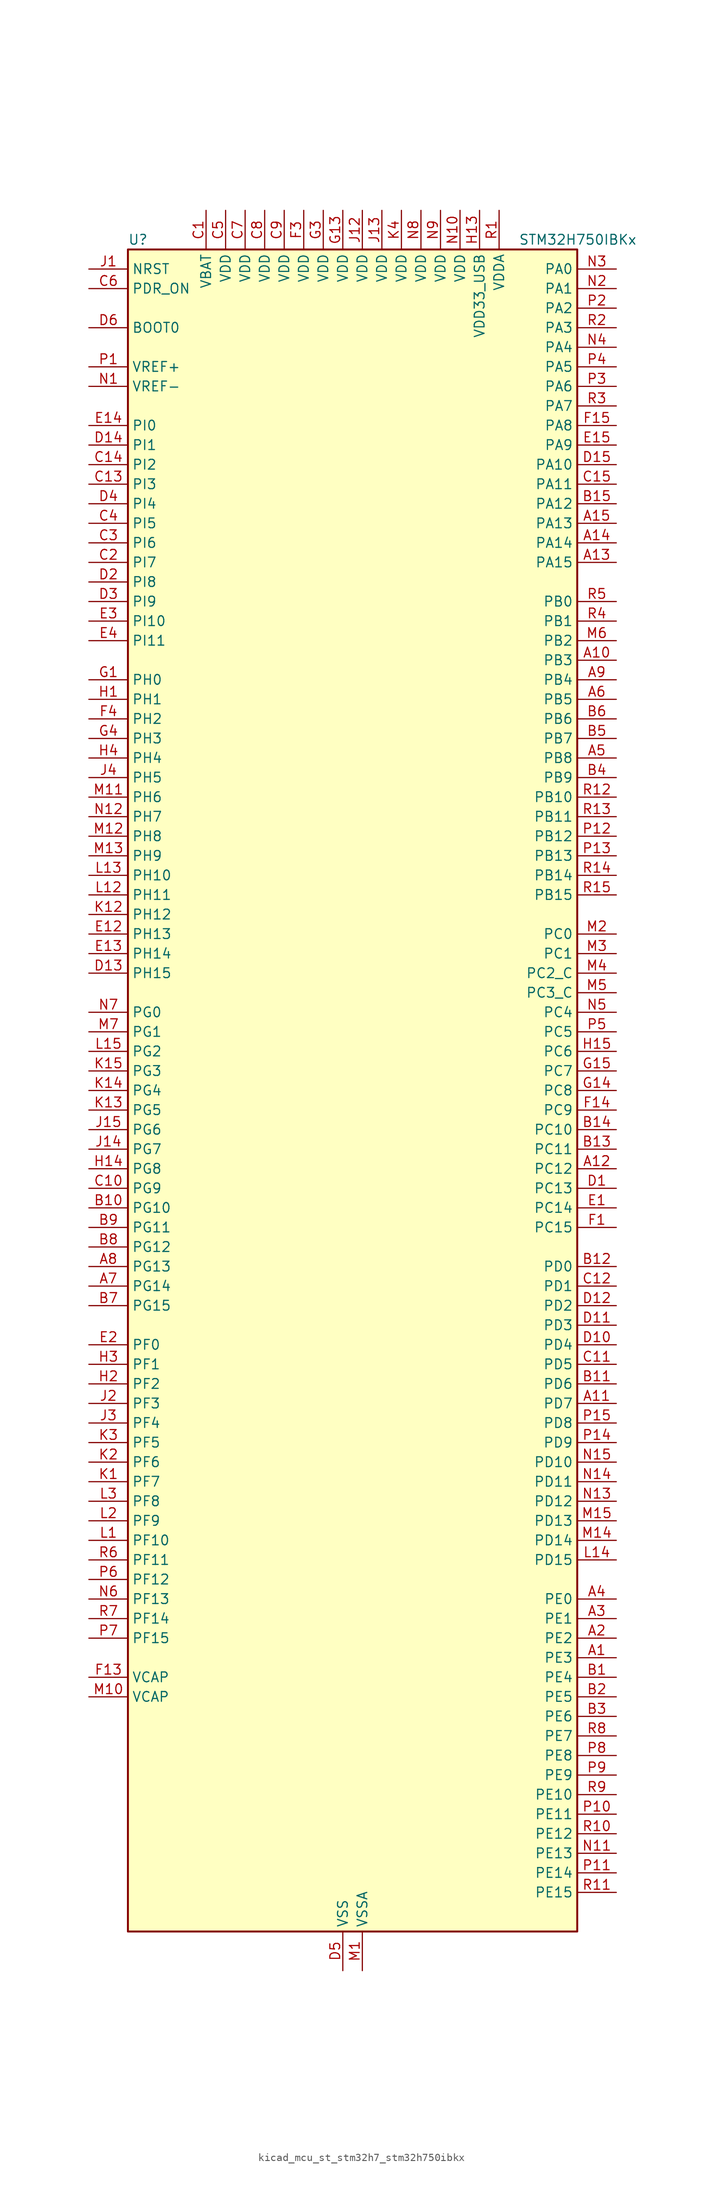
<source format=kicad_sym>
(kicad_symbol_lib
  (version 20220914)
  (generator kicad_symbol_editor)
  (symbol "kicad_mcu_st_stm32h7_stm32h750ibkx"
    (property "Reference" "U"
      (at -27.94 110.49 0)
      (effects (font (size 1.27 1.27)) (justify left)))
    (property "Value" "STM32H750IBKx"
      (at 22.86 110.49 0)
      (effects (font (size 1.27 1.27)) (justify left)))
    (property "ki_locked" ""
      (at 0 0 0)
      (effects (font (size 1.27 1.27))))
    (symbol "kicad_mcu_st_stm32h7_stm32h750ibkx_0_1"
      (rectangle (start -27.94 -109.22) (end 30.48 109.22) (stroke (width 0.254) (type default)) (fill (type background))))
    (symbol "kicad_mcu_st_stm32h7_stm32h750ibkx_1_1"
      (pin bidirectional line (at 35.56 -73.66 180) (length 5.08) (name "PE3" (effects (font (size 1.27 1.27)))) (number "A1" (effects (font (size 1.27 1.27)))) (alternate "DEBUG_TRACED0" bidirectional line) (alternate "FMC_A19" bidirectional line) (alternate "SAI1_SD_B" bidirectional line) (alternate "SAI4_SD_B" bidirectional line) (alternate "TIM15_BKIN" bidirectional line))
      (pin bidirectional line (at 35.56 55.88 180) (length 5.08) (name "PB3" (effects (font (size 1.27 1.27)))) (number "A10" (effects (font (size 1.27 1.27)))) (alternate "CRS_SYNC" bidirectional line) (alternate "DEBUG_JTDO-SWO" bidirectional line) (alternate "HRTIM_FLT4" bidirectional line) (alternate "I2S1_CK" bidirectional line) (alternate "I2S3_CK" bidirectional line) (alternate "SDMMC2_D2" bidirectional line) (alternate "SPI1_SCK" bidirectional line) (alternate "SPI3_SCK" bidirectional line) (alternate "SPI6_SCK" bidirectional line) (alternate "TIM2_CH2" bidirectional line) (alternate "UART7_RX" bidirectional line))
      (pin bidirectional line (at 35.56 -40.64 180) (length 5.08) (name "PD7" (effects (font (size 1.27 1.27)))) (number "A11" (effects (font (size 1.27 1.27)))) (alternate "DFSDM1_CKIN1" bidirectional line) (alternate "DFSDM1_DATIN4" bidirectional line) (alternate "FMC_NE1" bidirectional line) (alternate "I2S1_SDO" bidirectional line) (alternate "SDMMC2_CMD" bidirectional line) (alternate "SPDIFRX1_IN0" bidirectional line) (alternate "SPI1_MOSI" bidirectional line) (alternate "USART2_CK" bidirectional line))
      (pin bidirectional line (at 35.56 -10.16 180) (length 5.08) (name "PC12" (effects (font (size 1.27 1.27)))) (number "A12" (effects (font (size 1.27 1.27)))) (alternate "DCMI_D9" bidirectional line) (alternate "DEBUG_TRACED3" bidirectional line) (alternate "HRTIM_EEV2" bidirectional line) (alternate "I2S3_SDO" bidirectional line) (alternate "SDMMC1_CK" bidirectional line) (alternate "SPI3_MOSI" bidirectional line) (alternate "UART5_TX" bidirectional line) (alternate "USART3_CK" bidirectional line))
      (pin bidirectional line (at 35.56 68.58 180) (length 5.08) (name "PA15" (effects (font (size 1.27 1.27)))) (number "A13" (effects (font (size 1.27 1.27)))) (alternate "ADC1_EXTI15" bidirectional line) (alternate "ADC2_EXTI15" bidirectional line) (alternate "ADC3_EXTI15" bidirectional line) (alternate "CEC" bidirectional line) (alternate "DEBUG_JTDI" bidirectional line) (alternate "HRTIM_FLT1" bidirectional line) (alternate "I2S1_WS" bidirectional line) (alternate "I2S3_WS" bidirectional line) (alternate "SPI1_NSS" bidirectional line) (alternate "SPI3_NSS" bidirectional line) (alternate "SPI6_NSS" bidirectional line) (alternate "TIM2_CH1" bidirectional line) (alternate "TIM2_ETR" bidirectional line) (alternate "UART4_DE" bidirectional line) (alternate "UART4_RTS" bidirectional line) (alternate "UART7_TX" bidirectional line))
      (pin bidirectional line (at 35.56 71.12 180) (length 5.08) (name "PA14" (effects (font (size 1.27 1.27)))) (number "A14" (effects (font (size 1.27 1.27)))) (alternate "DEBUG_JTCK-SWCLK" bidirectional line))
      (pin bidirectional line (at 35.56 73.66 180) (length 5.08) (name "PA13" (effects (font (size 1.27 1.27)))) (number "A15" (effects (font (size 1.27 1.27)))) (alternate "DEBUG_JTMS-SWDIO" bidirectional line))
      (pin bidirectional line (at 35.56 -71.12 180) (length 5.08) (name "PE2" (effects (font (size 1.27 1.27)))) (number "A2" (effects (font (size 1.27 1.27)))) (alternate "DEBUG_TRACECLK" bidirectional line) (alternate "ETH_TXD3" bidirectional line) (alternate "FMC_A23" bidirectional line) (alternate "QUADSPI_BK1_IO2" bidirectional line) (alternate "SAI1_CK1" bidirectional line) (alternate "SAI1_MCLK_A" bidirectional line) (alternate "SAI4_CK1" bidirectional line) (alternate "SAI4_MCLK_A" bidirectional line) (alternate "SPI4_SCK" bidirectional line))
      (pin bidirectional line (at 35.56 -68.58 180) (length 5.08) (name "PE1" (effects (font (size 1.27 1.27)))) (number "A3" (effects (font (size 1.27 1.27)))) (alternate "DCMI_D3" bidirectional line) (alternate "FMC_NBL1" bidirectional line) (alternate "HRTIM_SCOUT" bidirectional line) (alternate "LPTIM1_IN2" bidirectional line) (alternate "UART8_TX" bidirectional line))
      (pin bidirectional line (at 35.56 -66.04 180) (length 5.08) (name "PE0" (effects (font (size 1.27 1.27)))) (number "A4" (effects (font (size 1.27 1.27)))) (alternate "DCMI_D2" bidirectional line) (alternate "FMC_NBL0" bidirectional line) (alternate "HRTIM_SCIN" bidirectional line) (alternate "LPTIM1_ETR" bidirectional line) (alternate "LPTIM2_ETR" bidirectional line) (alternate "SAI2_MCLK_A" bidirectional line) (alternate "TIM4_ETR" bidirectional line) (alternate "UART8_RX" bidirectional line))
      (pin bidirectional line (at 35.56 43.18 180) (length 5.08) (name "PB8" (effects (font (size 1.27 1.27)))) (number "A5" (effects (font (size 1.27 1.27)))) (alternate "DCMI_D6" bidirectional line) (alternate "DFSDM1_CKIN7" bidirectional line) (alternate "ETH_TXD3" bidirectional line) (alternate "FDCAN1_RX" bidirectional line) (alternate "I2C1_SCL" bidirectional line) (alternate "I2C4_SCL" bidirectional line) (alternate "LTDC_B6" bidirectional line) (alternate "SDMMC1_CKIN" bidirectional line) (alternate "SDMMC1_D4" bidirectional line) (alternate "SDMMC2_D4" bidirectional line) (alternate "TIM16_CH1" bidirectional line) (alternate "TIM4_CH3" bidirectional line) (alternate "UART4_RX" bidirectional line))
      (pin bidirectional line (at 35.56 50.8 180) (length 5.08) (name "PB5" (effects (font (size 1.27 1.27)))) (number "A6" (effects (font (size 1.27 1.27)))) (alternate "DCMI_D10" bidirectional line) (alternate "ETH_PPS_OUT" bidirectional line) (alternate "FDCAN2_RX" bidirectional line) (alternate "FMC_SDCKE1" bidirectional line) (alternate "HRTIM_EEV7" bidirectional line) (alternate "I2C1_SMBA" bidirectional line) (alternate "I2C4_SMBA" bidirectional line) (alternate "I2S1_SDO" bidirectional line) (alternate "I2S3_SDO" bidirectional line) (alternate "SPI1_MOSI" bidirectional line) (alternate "SPI3_MOSI" bidirectional line) (alternate "SPI6_MOSI" bidirectional line) (alternate "TIM17_BKIN" bidirectional line) (alternate "TIM3_CH2" bidirectional line) (alternate "UART5_RX" bidirectional line) (alternate "USB_OTG_HS_ULPI_D7" bidirectional line))
      (pin bidirectional line (at -33.02 -25.4 0) (length 5.08) (name "PG14" (effects (font (size 1.27 1.27)))) (number "A7" (effects (font (size 1.27 1.27)))) (alternate "DEBUG_TRACED1" bidirectional line) (alternate "ETH_TXD1" bidirectional line) (alternate "FMC_A25" bidirectional line) (alternate "LPTIM1_ETR" bidirectional line) (alternate "LTDC_B0" bidirectional line) (alternate "QUADSPI_BK2_IO3" bidirectional line) (alternate "SPI6_MOSI" bidirectional line) (alternate "USART6_TX" bidirectional line))
      (pin bidirectional line (at -33.02 -22.86 0) (length 5.08) (name "PG13" (effects (font (size 1.27 1.27)))) (number "A8" (effects (font (size 1.27 1.27)))) (alternate "DEBUG_TRACED0" bidirectional line) (alternate "ETH_TXD0" bidirectional line) (alternate "FMC_A24" bidirectional line) (alternate "HRTIM_EEV10" bidirectional line) (alternate "LPTIM1_OUT" bidirectional line) (alternate "LTDC_R0" bidirectional line) (alternate "SPI6_SCK" bidirectional line) (alternate "USART6_CTS" bidirectional line) (alternate "USART6_NSS" bidirectional line))
      (pin bidirectional line (at 35.56 53.34 180) (length 5.08) (name "PB4" (effects (font (size 1.27 1.27)))) (number "A9" (effects (font (size 1.27 1.27)))) (alternate "DEBUG_JTRST" bidirectional line) (alternate "HRTIM_EEV6" bidirectional line) (alternate "I2S1_SDI" bidirectional line) (alternate "I2S2_WS" bidirectional line) (alternate "I2S3_SDI" bidirectional line) (alternate "SDMMC2_D3" bidirectional line) (alternate "SPI1_MISO" bidirectional line) (alternate "SPI2_NSS" bidirectional line) (alternate "SPI3_MISO" bidirectional line) (alternate "SPI6_MISO" bidirectional line) (alternate "TIM16_BKIN" bidirectional line) (alternate "TIM3_CH1" bidirectional line) (alternate "UART7_TX" bidirectional line))
      (pin bidirectional line (at 35.56 -76.2 180) (length 5.08) (name "PE4" (effects (font (size 1.27 1.27)))) (number "B1" (effects (font (size 1.27 1.27)))) (alternate "DCMI_D4" bidirectional line) (alternate "DEBUG_TRACED1" bidirectional line) (alternate "DFSDM1_DATIN3" bidirectional line) (alternate "FMC_A20" bidirectional line) (alternate "LTDC_B0" bidirectional line) (alternate "SAI1_D2" bidirectional line) (alternate "SAI1_FS_A" bidirectional line) (alternate "SAI4_D2" bidirectional line) (alternate "SAI4_FS_A" bidirectional line) (alternate "SPI4_NSS" bidirectional line) (alternate "TIM15_CH1N" bidirectional line))
      (pin bidirectional line (at -33.02 -15.24 0) (length 5.08) (name "PG10" (effects (font (size 1.27 1.27)))) (number "B10" (effects (font (size 1.27 1.27)))) (alternate "DCMI_D2" bidirectional line) (alternate "FMC_NE3" bidirectional line) (alternate "HRTIM_FLT5" bidirectional line) (alternate "I2S1_WS" bidirectional line) (alternate "LTDC_B2" bidirectional line) (alternate "LTDC_G3" bidirectional line) (alternate "SAI2_SD_B" bidirectional line) (alternate "SPI1_NSS" bidirectional line))
      (pin bidirectional line (at 35.56 -38.1 180) (length 5.08) (name "PD6" (effects (font (size 1.27 1.27)))) (number "B11" (effects (font (size 1.27 1.27)))) (alternate "DCMI_D10" bidirectional line) (alternate "DFSDM1_CKIN4" bidirectional line) (alternate "DFSDM1_DATIN1" bidirectional line) (alternate "FMC_NWAIT" bidirectional line) (alternate "I2S3_SDO" bidirectional line) (alternate "LTDC_B2" bidirectional line) (alternate "SAI1_D1" bidirectional line) (alternate "SAI1_SD_A" bidirectional line) (alternate "SAI4_D1" bidirectional line) (alternate "SAI4_SD_A" bidirectional line) (alternate "SDMMC2_CK" bidirectional line) (alternate "SPI3_MOSI" bidirectional line) (alternate "USART2_RX" bidirectional line))
      (pin bidirectional line (at 35.56 -22.86 180) (length 5.08) (name "PD0" (effects (font (size 1.27 1.27)))) (number "B12" (effects (font (size 1.27 1.27)))) (alternate "DFSDM1_CKIN6" bidirectional line) (alternate "FDCAN1_RX" bidirectional line) (alternate "FMC_D2" bidirectional line) (alternate "FMC_DA2" bidirectional line) (alternate "SAI3_SCK_A" bidirectional line) (alternate "UART4_RX" bidirectional line))
      (pin bidirectional line (at 35.56 -7.62 180) (length 5.08) (name "PC11" (effects (font (size 1.27 1.27)))) (number "B13" (effects (font (size 1.27 1.27)))) (alternate "ADC1_EXTI11" bidirectional line) (alternate "ADC2_EXTI11" bidirectional line) (alternate "ADC3_EXTI11" bidirectional line) (alternate "DCMI_D4" bidirectional line) (alternate "DFSDM1_DATIN5" bidirectional line) (alternate "HRTIM_FLT2" bidirectional line) (alternate "I2S3_SDI" bidirectional line) (alternate "QUADSPI_BK2_NCS" bidirectional line) (alternate "SDMMC1_D3" bidirectional line) (alternate "SPI3_MISO" bidirectional line) (alternate "UART4_RX" bidirectional line) (alternate "USART3_RX" bidirectional line))
      (pin bidirectional line (at 35.56 -5.08 180) (length 5.08) (name "PC10" (effects (font (size 1.27 1.27)))) (number "B14" (effects (font (size 1.27 1.27)))) (alternate "DCMI_D8" bidirectional line) (alternate "DFSDM1_CKIN5" bidirectional line) (alternate "HRTIM_EEV1" bidirectional line) (alternate "I2S3_CK" bidirectional line) (alternate "LTDC_R2" bidirectional line) (alternate "QUADSPI_BK1_IO1" bidirectional line) (alternate "SDMMC1_D2" bidirectional line) (alternate "SPI3_SCK" bidirectional line) (alternate "UART4_TX" bidirectional line) (alternate "USART3_TX" bidirectional line))
      (pin bidirectional line (at 35.56 76.2 180) (length 5.08) (name "PA12" (effects (font (size 1.27 1.27)))) (number "B15" (effects (font (size 1.27 1.27)))) (alternate "FDCAN1_TX" bidirectional line) (alternate "HRTIM_CHD2" bidirectional line) (alternate "I2S2_CK" bidirectional line) (alternate "LPUART1_DE" bidirectional line) (alternate "LPUART1_RTS" bidirectional line) (alternate "LTDC_R5" bidirectional line) (alternate "SAI2_FS_B" bidirectional line) (alternate "SPI2_SCK" bidirectional line) (alternate "TIM1_ETR" bidirectional line) (alternate "UART4_TX" bidirectional line) (alternate "USART1_DE" bidirectional line) (alternate "USART1_RTS" bidirectional line) (alternate "USB_OTG_FS_DP" bidirectional line))
      (pin bidirectional line (at 35.56 -78.74 180) (length 5.08) (name "PE5" (effects (font (size 1.27 1.27)))) (number "B2" (effects (font (size 1.27 1.27)))) (alternate "DCMI_D6" bidirectional line) (alternate "DEBUG_TRACED2" bidirectional line) (alternate "DFSDM1_CKIN3" bidirectional line) (alternate "FMC_A21" bidirectional line) (alternate "LTDC_G0" bidirectional line) (alternate "SAI1_CK2" bidirectional line) (alternate "SAI1_SCK_A" bidirectional line) (alternate "SAI4_CK2" bidirectional line) (alternate "SAI4_SCK_A" bidirectional line) (alternate "SPI4_MISO" bidirectional line) (alternate "TIM15_CH1" bidirectional line))
      (pin bidirectional line (at 35.56 -81.28 180) (length 5.08) (name "PE6" (effects (font (size 1.27 1.27)))) (number "B3" (effects (font (size 1.27 1.27)))) (alternate "DCMI_D7" bidirectional line) (alternate "DEBUG_TRACED3" bidirectional line) (alternate "FMC_A22" bidirectional line) (alternate "LTDC_G1" bidirectional line) (alternate "SAI1_D1" bidirectional line) (alternate "SAI1_SD_A" bidirectional line) (alternate "SAI2_MCLK_B" bidirectional line) (alternate "SAI4_D1" bidirectional line) (alternate "SAI4_SD_A" bidirectional line) (alternate "SPI4_MOSI" bidirectional line) (alternate "TIM15_CH2" bidirectional line) (alternate "TIM1_BKIN2" bidirectional line) (alternate "TIM1_BKIN2_COMP1" bidirectional line) (alternate "TIM1_BKIN2_COMP2" bidirectional line))
      (pin bidirectional line (at 35.56 40.64 180) (length 5.08) (name "PB9" (effects (font (size 1.27 1.27)))) (number "B4" (effects (font (size 1.27 1.27)))) (alternate "DAC1_EXTI9" bidirectional line) (alternate "DCMI_D7" bidirectional line) (alternate "DFSDM1_DATIN7" bidirectional line) (alternate "FDCAN1_TX" bidirectional line) (alternate "I2C1_SDA" bidirectional line) (alternate "I2C4_SDA" bidirectional line) (alternate "I2C4_SMBA" bidirectional line) (alternate "I2S2_WS" bidirectional line) (alternate "LTDC_B7" bidirectional line) (alternate "SDMMC1_CDIR" bidirectional line) (alternate "SDMMC1_D5" bidirectional line) (alternate "SDMMC2_D5" bidirectional line) (alternate "SPI2_NSS" bidirectional line) (alternate "TIM17_CH1" bidirectional line) (alternate "TIM4_CH4" bidirectional line) (alternate "UART4_TX" bidirectional line))
      (pin bidirectional line (at 35.56 45.72 180) (length 5.08) (name "PB7" (effects (font (size 1.27 1.27)))) (number "B5" (effects (font (size 1.27 1.27)))) (alternate "DCMI_VSYNC" bidirectional line) (alternate "DFSDM1_CKIN5" bidirectional line) (alternate "FMC_NL" bidirectional line) (alternate "HRTIM_EEV9" bidirectional line) (alternate "I2C1_SDA" bidirectional line) (alternate "I2C4_SDA" bidirectional line) (alternate "LPUART1_RX" bidirectional line) (alternate "PWR_PVD_IN" bidirectional line) (alternate "TIM17_CH1N" bidirectional line) (alternate "TIM4_CH2" bidirectional line) (alternate "USART1_RX" bidirectional line))
      (pin bidirectional line (at 35.56 48.26 180) (length 5.08) (name "PB6" (effects (font (size 1.27 1.27)))) (number "B6" (effects (font (size 1.27 1.27)))) (alternate "CEC" bidirectional line) (alternate "DCMI_D5" bidirectional line) (alternate "DFSDM1_DATIN5" bidirectional line) (alternate "FDCAN2_TX" bidirectional line) (alternate "FMC_SDNE1" bidirectional line) (alternate "HRTIM_EEV8" bidirectional line) (alternate "I2C1_SCL" bidirectional line) (alternate "I2C4_SCL" bidirectional line) (alternate "LPUART1_TX" bidirectional line) (alternate "QUADSPI_BK1_NCS" bidirectional line) (alternate "TIM16_CH1N" bidirectional line) (alternate "TIM4_CH1" bidirectional line) (alternate "UART5_TX" bidirectional line) (alternate "USART1_TX" bidirectional line))
      (pin bidirectional line (at -33.02 -27.94 0) (length 5.08) (name "PG15" (effects (font (size 1.27 1.27)))) (number "B7" (effects (font (size 1.27 1.27)))) (alternate "ADC1_EXTI15" bidirectional line) (alternate "ADC2_EXTI15" bidirectional line) (alternate "ADC3_EXTI15" bidirectional line) (alternate "DCMI_D13" bidirectional line) (alternate "FMC_SDNCAS" bidirectional line) (alternate "USART6_CTS" bidirectional line) (alternate "USART6_NSS" bidirectional line))
      (pin bidirectional line (at -33.02 -20.32 0) (length 5.08) (name "PG12" (effects (font (size 1.27 1.27)))) (number "B8" (effects (font (size 1.27 1.27)))) (alternate "ETH_TXD1" bidirectional line) (alternate "FMC_NE4" bidirectional line) (alternate "HRTIM_EEV5" bidirectional line) (alternate "LPTIM1_IN1" bidirectional line) (alternate "LTDC_B1" bidirectional line) (alternate "LTDC_B4" bidirectional line) (alternate "SPDIFRX1_IN1" bidirectional line) (alternate "SPI6_MISO" bidirectional line) (alternate "USART6_DE" bidirectional line) (alternate "USART6_RTS" bidirectional line))
      (pin bidirectional line (at -33.02 -17.78 0) (length 5.08) (name "PG11" (effects (font (size 1.27 1.27)))) (number "B9" (effects (font (size 1.27 1.27)))) (alternate "ADC1_EXTI11" bidirectional line) (alternate "ADC2_EXTI11" bidirectional line) (alternate "ADC3_EXTI11" bidirectional line) (alternate "DCMI_D3" bidirectional line) (alternate "ETH_TX_EN" bidirectional line) (alternate "HRTIM_EEV4" bidirectional line) (alternate "I2S1_CK" bidirectional line) (alternate "LPTIM1_IN2" bidirectional line) (alternate "LTDC_B3" bidirectional line) (alternate "SDMMC2_D2" bidirectional line) (alternate "SPDIFRX1_IN0" bidirectional line) (alternate "SPI1_SCK" bidirectional line))
      (pin power_in line (at -17.78 114.3 270) (length 5.08) (name "VBAT" (effects (font (size 1.27 1.27)))) (number "C1" (effects (font (size 1.27 1.27)))))
      (pin bidirectional line (at -33.02 -12.7 0) (length 5.08) (name "PG9" (effects (font (size 1.27 1.27)))) (number "C10" (effects (font (size 1.27 1.27)))) (alternate "DAC1_EXTI9" bidirectional line) (alternate "DCMI_VSYNC" bidirectional line) (alternate "FMC_NCE" bidirectional line) (alternate "FMC_NE2" bidirectional line) (alternate "I2S1_SDI" bidirectional line) (alternate "QUADSPI_BK2_IO2" bidirectional line) (alternate "SAI2_FS_B" bidirectional line) (alternate "SPDIFRX1_IN3" bidirectional line) (alternate "SPI1_MISO" bidirectional line) (alternate "USART6_RX" bidirectional line))
      (pin bidirectional line (at 35.56 -35.56 180) (length 5.08) (name "PD5" (effects (font (size 1.27 1.27)))) (number "C11" (effects (font (size 1.27 1.27)))) (alternate "FMC_NWE" bidirectional line) (alternate "HRTIM_EEV3" bidirectional line) (alternate "USART2_TX" bidirectional line))
      (pin bidirectional line (at 35.56 -25.4 180) (length 5.08) (name "PD1" (effects (font (size 1.27 1.27)))) (number "C12" (effects (font (size 1.27 1.27)))) (alternate "DFSDM1_DATIN6" bidirectional line) (alternate "FDCAN1_TX" bidirectional line) (alternate "FMC_D3" bidirectional line) (alternate "FMC_DA3" bidirectional line) (alternate "SAI3_SD_A" bidirectional line) (alternate "UART4_TX" bidirectional line))
      (pin bidirectional line (at -33.02 78.74 0) (length 5.08) (name "PI3" (effects (font (size 1.27 1.27)))) (number "C13" (effects (font (size 1.27 1.27)))) (alternate "DCMI_D10" bidirectional line) (alternate "FMC_D27" bidirectional line) (alternate "I2S2_SDO" bidirectional line) (alternate "SPI2_MOSI" bidirectional line) (alternate "TIM8_ETR" bidirectional line))
      (pin bidirectional line (at -33.02 81.28 0) (length 5.08) (name "PI2" (effects (font (size 1.27 1.27)))) (number "C14" (effects (font (size 1.27 1.27)))) (alternate "DCMI_D9" bidirectional line) (alternate "FMC_D26" bidirectional line) (alternate "I2S2_SDI" bidirectional line) (alternate "LTDC_G7" bidirectional line) (alternate "SPI2_MISO" bidirectional line) (alternate "TIM8_CH4" bidirectional line))
      (pin bidirectional line (at 35.56 78.74 180) (length 5.08) (name "PA11" (effects (font (size 1.27 1.27)))) (number "C15" (effects (font (size 1.27 1.27)))) (alternate "ADC1_EXTI11" bidirectional line) (alternate "ADC2_EXTI11" bidirectional line) (alternate "ADC3_EXTI11" bidirectional line) (alternate "FDCAN1_RX" bidirectional line) (alternate "HRTIM_CHD1" bidirectional line) (alternate "I2S2_WS" bidirectional line) (alternate "LPUART1_CTS" bidirectional line) (alternate "LTDC_R4" bidirectional line) (alternate "SPI2_NSS" bidirectional line) (alternate "TIM1_CH4" bidirectional line) (alternate "UART4_RX" bidirectional line) (alternate "USART1_CTS" bidirectional line) (alternate "USART1_NSS" bidirectional line) (alternate "USB_OTG_FS_DM" bidirectional line))
      (pin bidirectional line (at -33.02 68.58 0) (length 5.08) (name "PI7" (effects (font (size 1.27 1.27)))) (number "C2" (effects (font (size 1.27 1.27)))) (alternate "DCMI_D7" bidirectional line) (alternate "FMC_D29" bidirectional line) (alternate "LTDC_B7" bidirectional line) (alternate "SAI2_FS_A" bidirectional line) (alternate "TIM8_CH3" bidirectional line))
      (pin bidirectional line (at -33.02 71.12 0) (length 5.08) (name "PI6" (effects (font (size 1.27 1.27)))) (number "C3" (effects (font (size 1.27 1.27)))) (alternate "DCMI_D6" bidirectional line) (alternate "FMC_D28" bidirectional line) (alternate "LTDC_B6" bidirectional line) (alternate "SAI2_SD_A" bidirectional line) (alternate "TIM8_CH2" bidirectional line))
      (pin bidirectional line (at -33.02 73.66 0) (length 5.08) (name "PI5" (effects (font (size 1.27 1.27)))) (number "C4" (effects (font (size 1.27 1.27)))) (alternate "DCMI_VSYNC" bidirectional line) (alternate "FMC_NBL3" bidirectional line) (alternate "LTDC_B5" bidirectional line) (alternate "SAI2_SCK_A" bidirectional line) (alternate "TIM8_CH1" bidirectional line))
      (pin power_in line (at -15.24 114.3 270) (length 5.08) (name "VDD" (effects (font (size 1.27 1.27)))) (number "C5" (effects (font (size 1.27 1.27)))))
      (pin input line (at -33.02 104.14 0) (length 5.08) (name "PDR_ON" (effects (font (size 1.27 1.27)))) (number "C6" (effects (font (size 1.27 1.27)))))
      (pin power_in line (at -12.7 114.3 270) (length 5.08) (name "VDD" (effects (font (size 1.27 1.27)))) (number "C7" (effects (font (size 1.27 1.27)))))
      (pin power_in line (at -10.16 114.3 270) (length 5.08) (name "VDD" (effects (font (size 1.27 1.27)))) (number "C8" (effects (font (size 1.27 1.27)))))
      (pin power_in line (at -7.62 114.3 270) (length 5.08) (name "VDD" (effects (font (size 1.27 1.27)))) (number "C9" (effects (font (size 1.27 1.27)))))
      (pin bidirectional line (at 35.56 -12.7 180) (length 5.08) (name "PC13" (effects (font (size 1.27 1.27)))) (number "D1" (effects (font (size 1.27 1.27)))) (alternate "PWR_WKUP2" bidirectional line) (alternate "RTC_OUT_ALARM" bidirectional line) (alternate "RTC_OUT_CALIB" bidirectional line) (alternate "RTC_TAMP1" bidirectional line) (alternate "RTC_TS" bidirectional line))
      (pin bidirectional line (at 35.56 -33.02 180) (length 5.08) (name "PD4" (effects (font (size 1.27 1.27)))) (number "D10" (effects (font (size 1.27 1.27)))) (alternate "FMC_NOE" bidirectional line) (alternate "HRTIM_FLT3" bidirectional line) (alternate "SAI3_FS_A" bidirectional line) (alternate "USART2_DE" bidirectional line) (alternate "USART2_RTS" bidirectional line))
      (pin bidirectional line (at 35.56 -30.48 180) (length 5.08) (name "PD3" (effects (font (size 1.27 1.27)))) (number "D11" (effects (font (size 1.27 1.27)))) (alternate "DCMI_D5" bidirectional line) (alternate "DFSDM1_CKOUT" bidirectional line) (alternate "FMC_CLK" bidirectional line) (alternate "I2S2_CK" bidirectional line) (alternate "LTDC_G7" bidirectional line) (alternate "SPI2_SCK" bidirectional line) (alternate "USART2_CTS" bidirectional line) (alternate "USART2_NSS" bidirectional line))
      (pin bidirectional line (at 35.56 -27.94 180) (length 5.08) (name "PD2" (effects (font (size 1.27 1.27)))) (number "D12" (effects (font (size 1.27 1.27)))) (alternate "DCMI_D11" bidirectional line) (alternate "DEBUG_TRACED2" bidirectional line) (alternate "SDMMC1_CMD" bidirectional line) (alternate "TIM3_ETR" bidirectional line) (alternate "UART5_RX" bidirectional line))
      (pin bidirectional line (at -33.02 15.24 0) (length 5.08) (name "PH15" (effects (font (size 1.27 1.27)))) (number "D13" (effects (font (size 1.27 1.27)))) (alternate "ADC1_EXTI15" bidirectional line) (alternate "ADC2_EXTI15" bidirectional line) (alternate "ADC3_EXTI15" bidirectional line) (alternate "DCMI_D11" bidirectional line) (alternate "FMC_D23" bidirectional line) (alternate "LTDC_G4" bidirectional line) (alternate "TIM8_CH3N" bidirectional line))
      (pin bidirectional line (at -33.02 83.82 0) (length 5.08) (name "PI1" (effects (font (size 1.27 1.27)))) (number "D14" (effects (font (size 1.27 1.27)))) (alternate "DCMI_D8" bidirectional line) (alternate "FMC_D25" bidirectional line) (alternate "I2S2_CK" bidirectional line) (alternate "LTDC_G6" bidirectional line) (alternate "SPI2_SCK" bidirectional line) (alternate "TIM8_BKIN2" bidirectional line) (alternate "TIM8_BKIN2_COMP1" bidirectional line) (alternate "TIM8_BKIN2_COMP2" bidirectional line))
      (pin bidirectional line (at 35.56 81.28 180) (length 5.08) (name "PA10" (effects (font (size 1.27 1.27)))) (number "D15" (effects (font (size 1.27 1.27)))) (alternate "DCMI_D1" bidirectional line) (alternate "HRTIM_CHC2" bidirectional line) (alternate "LPUART1_RX" bidirectional line) (alternate "LTDC_B1" bidirectional line) (alternate "LTDC_B4" bidirectional line) (alternate "MDIOS_MDIO" bidirectional line) (alternate "TIM1_CH3" bidirectional line) (alternate "USART1_RX" bidirectional line) (alternate "USB_OTG_FS_ID" bidirectional line))
      (pin bidirectional line (at -33.02 66.04 0) (length 5.08) (name "PI8" (effects (font (size 1.27 1.27)))) (number "D2" (effects (font (size 1.27 1.27)))) (alternate "PWR_WKUP3" bidirectional line) (alternate "RTC_TAMP2" bidirectional line))
      (pin bidirectional line (at -33.02 63.5 0) (length 5.08) (name "PI9" (effects (font (size 1.27 1.27)))) (number "D3" (effects (font (size 1.27 1.27)))) (alternate "DAC1_EXTI9" bidirectional line) (alternate "FDCAN1_RX" bidirectional line) (alternate "FMC_D30" bidirectional line) (alternate "LTDC_VSYNC" bidirectional line) (alternate "UART4_RX" bidirectional line))
      (pin bidirectional line (at -33.02 76.2 0) (length 5.08) (name "PI4" (effects (font (size 1.27 1.27)))) (number "D4" (effects (font (size 1.27 1.27)))) (alternate "DCMI_D5" bidirectional line) (alternate "FMC_NBL2" bidirectional line) (alternate "LTDC_B4" bidirectional line) (alternate "SAI2_MCLK_A" bidirectional line) (alternate "TIM8_BKIN" bidirectional line) (alternate "TIM8_BKIN_COMP1" bidirectional line) (alternate "TIM8_BKIN_COMP2" bidirectional line))
      (pin power_in line (at 0 -114.3 90) (length 5.08) (name "VSS" (effects (font (size 1.27 1.27)))) (number "D5" (effects (font (size 1.27 1.27)))))
      (pin input line (at -33.02 99.06 0) (length 5.08) (name "BOOT0" (effects (font (size 1.27 1.27)))) (number "D6" (effects (font (size 1.27 1.27)))))
      (pin passive line (at 0 -114.3 90) (length 5.08) hide (name "VSS" (effects (font (size 1.27 1.27)))) (number "D7" (effects (font (size 1.27 1.27)))))
      (pin passive line (at 0 -114.3 90) (length 5.08) hide (name "VSS" (effects (font (size 1.27 1.27)))) (number "D8" (effects (font (size 1.27 1.27)))))
      (pin passive line (at 0 -114.3 90) (length 5.08) hide (name "VSS" (effects (font (size 1.27 1.27)))) (number "D9" (effects (font (size 1.27 1.27)))))
      (pin bidirectional line (at 35.56 -15.24 180) (length 5.08) (name "PC14" (effects (font (size 1.27 1.27)))) (number "E1" (effects (font (size 1.27 1.27)))) (alternate "RCC_OSC32_IN" bidirectional line))
      (pin bidirectional line (at -33.02 20.32 0) (length 5.08) (name "PH13" (effects (font (size 1.27 1.27)))) (number "E12" (effects (font (size 1.27 1.27)))) (alternate "FDCAN1_TX" bidirectional line) (alternate "FMC_D21" bidirectional line) (alternate "LTDC_G2" bidirectional line) (alternate "TIM8_CH1N" bidirectional line) (alternate "UART4_TX" bidirectional line))
      (pin bidirectional line (at -33.02 17.78 0) (length 5.08) (name "PH14" (effects (font (size 1.27 1.27)))) (number "E13" (effects (font (size 1.27 1.27)))) (alternate "DCMI_D4" bidirectional line) (alternate "FDCAN1_RX" bidirectional line) (alternate "FMC_D22" bidirectional line) (alternate "LTDC_G3" bidirectional line) (alternate "TIM8_CH2N" bidirectional line) (alternate "UART4_RX" bidirectional line))
      (pin bidirectional line (at -33.02 86.36 0) (length 5.08) (name "PI0" (effects (font (size 1.27 1.27)))) (number "E14" (effects (font (size 1.27 1.27)))) (alternate "DCMI_D13" bidirectional line) (alternate "FMC_D24" bidirectional line) (alternate "I2S2_WS" bidirectional line) (alternate "LTDC_G5" bidirectional line) (alternate "SPI2_NSS" bidirectional line) (alternate "TIM5_CH4" bidirectional line))
      (pin bidirectional line (at 35.56 83.82 180) (length 5.08) (name "PA9" (effects (font (size 1.27 1.27)))) (number "E15" (effects (font (size 1.27 1.27)))) (alternate "DAC1_EXTI9" bidirectional line) (alternate "DCMI_D0" bidirectional line) (alternate "HRTIM_CHC1" bidirectional line) (alternate "I2C3_SMBA" bidirectional line) (alternate "I2S2_CK" bidirectional line) (alternate "LPUART1_TX" bidirectional line) (alternate "LTDC_R5" bidirectional line) (alternate "SPI2_SCK" bidirectional line) (alternate "TIM1_CH2" bidirectional line) (alternate "USART1_TX" bidirectional line) (alternate "USB_OTG_FS_VBUS" bidirectional line))
      (pin bidirectional line (at -33.02 -33.02 0) (length 5.08) (name "PF0" (effects (font (size 1.27 1.27)))) (number "E2" (effects (font (size 1.27 1.27)))) (alternate "FMC_A0" bidirectional line) (alternate "I2C2_SDA" bidirectional line))
      (pin bidirectional line (at -33.02 60.96 0) (length 5.08) (name "PI10" (effects (font (size 1.27 1.27)))) (number "E3" (effects (font (size 1.27 1.27)))) (alternate "ETH_RX_ER" bidirectional line) (alternate "FMC_D31" bidirectional line) (alternate "LTDC_HSYNC" bidirectional line))
      (pin bidirectional line (at -33.02 58.42 0) (length 5.08) (name "PI11" (effects (font (size 1.27 1.27)))) (number "E4" (effects (font (size 1.27 1.27)))) (alternate "ADC1_EXTI11" bidirectional line) (alternate "ADC2_EXTI11" bidirectional line) (alternate "ADC3_EXTI11" bidirectional line) (alternate "LTDC_G6" bidirectional line) (alternate "PWR_WKUP4" bidirectional line) (alternate "USB_OTG_HS_ULPI_DIR" bidirectional line))
      (pin bidirectional line (at 35.56 -17.78 180) (length 5.08) (name "PC15" (effects (font (size 1.27 1.27)))) (number "F1" (effects (font (size 1.27 1.27)))) (alternate "ADC1_EXTI15" bidirectional line) (alternate "ADC2_EXTI15" bidirectional line) (alternate "ADC3_EXTI15" bidirectional line) (alternate "RCC_OSC32_OUT" bidirectional line))
      (pin passive line (at 0 -114.3 90) (length 5.08) hide (name "VSS" (effects (font (size 1.27 1.27)))) (number "F10" (effects (font (size 1.27 1.27)))))
      (pin passive line (at 0 -114.3 90) (length 5.08) hide (name "VSS" (effects (font (size 1.27 1.27)))) (number "F12" (effects (font (size 1.27 1.27)))))
      (pin power_out line (at -33.02 -76.2 0) (length 5.08) (name "VCAP" (effects (font (size 1.27 1.27)))) (number "F13" (effects (font (size 1.27 1.27)))))
      (pin bidirectional line (at 35.56 -2.54 180) (length 5.08) (name "PC9" (effects (font (size 1.27 1.27)))) (number "F14" (effects (font (size 1.27 1.27)))) (alternate "DAC1_EXTI9" bidirectional line) (alternate "DCMI_D3" bidirectional line) (alternate "I2C3_SDA" bidirectional line) (alternate "I2S_CKIN" bidirectional line) (alternate "LTDC_B2" bidirectional line) (alternate "LTDC_G3" bidirectional line) (alternate "QUADSPI_BK1_IO0" bidirectional line) (alternate "RCC_MCO_2" bidirectional line) (alternate "SDMMC1_D1" bidirectional line) (alternate "SWPMI1_SUSPEND" bidirectional line) (alternate "TIM3_CH4" bidirectional line) (alternate "TIM8_CH4" bidirectional line) (alternate "UART5_CTS" bidirectional line))
      (pin bidirectional line (at 35.56 86.36 180) (length 5.08) (name "PA8" (effects (font (size 1.27 1.27)))) (number "F15" (effects (font (size 1.27 1.27)))) (alternate "HRTIM_CHB2" bidirectional line) (alternate "I2C3_SCL" bidirectional line) (alternate "LTDC_B3" bidirectional line) (alternate "LTDC_R6" bidirectional line) (alternate "RCC_MCO_1" bidirectional line) (alternate "TIM1_CH1" bidirectional line) (alternate "TIM8_BKIN2" bidirectional line) (alternate "TIM8_BKIN2_COMP1" bidirectional line) (alternate "TIM8_BKIN2_COMP2" bidirectional line) (alternate "UART7_RX" bidirectional line) (alternate "USART1_CK" bidirectional line) (alternate "USB_OTG_FS_SOF" bidirectional line))
      (pin passive line (at 0 -114.3 90) (length 5.08) hide (name "VSS" (effects (font (size 1.27 1.27)))) (number "F2" (effects (font (size 1.27 1.27)))))
      (pin power_in line (at -5.08 114.3 270) (length 5.08) (name "VDD" (effects (font (size 1.27 1.27)))) (number "F3" (effects (font (size 1.27 1.27)))))
      (pin bidirectional line (at -33.02 48.26 0) (length 5.08) (name "PH2" (effects (font (size 1.27 1.27)))) (number "F4" (effects (font (size 1.27 1.27)))) (alternate "ADC3_INP13" bidirectional line) (alternate "ETH_CRS" bidirectional line) (alternate "FMC_SDCKE0" bidirectional line) (alternate "LPTIM1_IN2" bidirectional line) (alternate "LTDC_R0" bidirectional line) (alternate "QUADSPI_BK2_IO0" bidirectional line) (alternate "SAI2_SCK_B" bidirectional line))
      (pin passive line (at 0 -114.3 90) (length 5.08) hide (name "VSS" (effects (font (size 1.27 1.27)))) (number "F6" (effects (font (size 1.27 1.27)))))
      (pin passive line (at 0 -114.3 90) (length 5.08) hide (name "VSS" (effects (font (size 1.27 1.27)))) (number "F7" (effects (font (size 1.27 1.27)))))
      (pin passive line (at 0 -114.3 90) (length 5.08) hide (name "VSS" (effects (font (size 1.27 1.27)))) (number "F8" (effects (font (size 1.27 1.27)))))
      (pin passive line (at 0 -114.3 90) (length 5.08) hide (name "VSS" (effects (font (size 1.27 1.27)))) (number "F9" (effects (font (size 1.27 1.27)))))
      (pin bidirectional line (at -33.02 53.34 0) (length 5.08) (name "PH0" (effects (font (size 1.27 1.27)))) (number "G1" (effects (font (size 1.27 1.27)))) (alternate "RCC_OSC_IN" bidirectional line))
      (pin passive line (at 0 -114.3 90) (length 5.08) hide (name "VSS" (effects (font (size 1.27 1.27)))) (number "G10" (effects (font (size 1.27 1.27)))))
      (pin passive line (at 0 -114.3 90) (length 5.08) hide (name "VSS" (effects (font (size 1.27 1.27)))) (number "G12" (effects (font (size 1.27 1.27)))))
      (pin power_in line (at 0 114.3 270) (length 5.08) (name "VDD" (effects (font (size 1.27 1.27)))) (number "G13" (effects (font (size 1.27 1.27)))))
      (pin bidirectional line (at 35.56 0 180) (length 5.08) (name "PC8" (effects (font (size 1.27 1.27)))) (number "G14" (effects (font (size 1.27 1.27)))) (alternate "DCMI_D2" bidirectional line) (alternate "DEBUG_TRACED1" bidirectional line) (alternate "FMC_NCE" bidirectional line) (alternate "FMC_NE2" bidirectional line) (alternate "HRTIM_CHB1" bidirectional line) (alternate "SDMMC1_D0" bidirectional line) (alternate "SWPMI1_RX" bidirectional line) (alternate "TIM3_CH3" bidirectional line) (alternate "TIM8_CH3" bidirectional line) (alternate "UART5_DE" bidirectional line) (alternate "UART5_RTS" bidirectional line) (alternate "USART6_CK" bidirectional line))
      (pin bidirectional line (at 35.56 2.54 180) (length 5.08) (name "PC7" (effects (font (size 1.27 1.27)))) (number "G15" (effects (font (size 1.27 1.27)))) (alternate "DCMI_D1" bidirectional line) (alternate "DEBUG_TRGIO" bidirectional line) (alternate "DFSDM1_DATIN3" bidirectional line) (alternate "FMC_NE1" bidirectional line) (alternate "HRTIM_CHA2" bidirectional line) (alternate "I2S3_MCK" bidirectional line) (alternate "LTDC_G6" bidirectional line) (alternate "SDMMC1_D123DIR" bidirectional line) (alternate "SDMMC1_D7" bidirectional line) (alternate "SDMMC2_D7" bidirectional line) (alternate "SWPMI1_TX" bidirectional line) (alternate "TIM3_CH2" bidirectional line) (alternate "TIM8_CH2" bidirectional line) (alternate "USART6_RX" bidirectional line))
      (pin passive line (at 0 -114.3 90) (length 5.08) hide (name "VSS" (effects (font (size 1.27 1.27)))) (number "G2" (effects (font (size 1.27 1.27)))))
      (pin power_in line (at -2.54 114.3 270) (length 5.08) (name "VDD" (effects (font (size 1.27 1.27)))) (number "G3" (effects (font (size 1.27 1.27)))))
      (pin bidirectional line (at -33.02 45.72 0) (length 5.08) (name "PH3" (effects (font (size 1.27 1.27)))) (number "G4" (effects (font (size 1.27 1.27)))) (alternate "ADC3_INN13" bidirectional line) (alternate "ADC3_INP14" bidirectional line) (alternate "ETH_COL" bidirectional line) (alternate "FMC_SDNE0" bidirectional line) (alternate "LTDC_R1" bidirectional line) (alternate "QUADSPI_BK2_IO1" bidirectional line) (alternate "SAI2_MCLK_B" bidirectional line))
      (pin passive line (at 0 -114.3 90) (length 5.08) hide (name "VSS" (effects (font (size 1.27 1.27)))) (number "G6" (effects (font (size 1.27 1.27)))))
      (pin passive line (at 0 -114.3 90) (length 5.08) hide (name "VSS" (effects (font (size 1.27 1.27)))) (number "G7" (effects (font (size 1.27 1.27)))))
      (pin passive line (at 0 -114.3 90) (length 5.08) hide (name "VSS" (effects (font (size 1.27 1.27)))) (number "G8" (effects (font (size 1.27 1.27)))))
      (pin passive line (at 0 -114.3 90) (length 5.08) hide (name "VSS" (effects (font (size 1.27 1.27)))) (number "G9" (effects (font (size 1.27 1.27)))))
      (pin bidirectional line (at -33.02 50.8 0) (length 5.08) (name "PH1" (effects (font (size 1.27 1.27)))) (number "H1" (effects (font (size 1.27 1.27)))) (alternate "RCC_OSC_OUT" bidirectional line))
      (pin passive line (at 0 -114.3 90) (length 5.08) hide (name "VSS" (effects (font (size 1.27 1.27)))) (number "H10" (effects (font (size 1.27 1.27)))))
      (pin passive line (at 0 -114.3 90) (length 5.08) hide (name "VSS" (effects (font (size 1.27 1.27)))) (number "H12" (effects (font (size 1.27 1.27)))))
      (pin power_in line (at 17.78 114.3 270) (length 5.08) (name "VDD33_USB" (effects (font (size 1.27 1.27)))) (number "H13" (effects (font (size 1.27 1.27)))))
      (pin bidirectional line (at -33.02 -10.16 0) (length 5.08) (name "PG8" (effects (font (size 1.27 1.27)))) (number "H14" (effects (font (size 1.27 1.27)))) (alternate "ETH_PPS_OUT" bidirectional line) (alternate "FMC_SDCLK" bidirectional line) (alternate "LTDC_G7" bidirectional line) (alternate "SPDIFRX1_IN2" bidirectional line) (alternate "SPI6_NSS" bidirectional line) (alternate "TIM8_ETR" bidirectional line) (alternate "USART6_DE" bidirectional line) (alternate "USART6_RTS" bidirectional line))
      (pin bidirectional line (at 35.56 5.08 180) (length 5.08) (name "PC6" (effects (font (size 1.27 1.27)))) (number "H15" (effects (font (size 1.27 1.27)))) (alternate "DCMI_D0" bidirectional line) (alternate "DFSDM1_CKIN3" bidirectional line) (alternate "FMC_NWAIT" bidirectional line) (alternate "HRTIM_CHA1" bidirectional line) (alternate "I2S2_MCK" bidirectional line) (alternate "LTDC_HSYNC" bidirectional line) (alternate "SDMMC1_D0DIR" bidirectional line) (alternate "SDMMC1_D6" bidirectional line) (alternate "SDMMC2_D6" bidirectional line) (alternate "SWPMI1_IO" bidirectional line) (alternate "TIM3_CH1" bidirectional line) (alternate "TIM8_CH1" bidirectional line) (alternate "USART6_TX" bidirectional line))
      (pin bidirectional line (at -33.02 -38.1 0) (length 5.08) (name "PF2" (effects (font (size 1.27 1.27)))) (number "H2" (effects (font (size 1.27 1.27)))) (alternate "FMC_A2" bidirectional line) (alternate "I2C2_SMBA" bidirectional line))
      (pin bidirectional line (at -33.02 -35.56 0) (length 5.08) (name "PF1" (effects (font (size 1.27 1.27)))) (number "H3" (effects (font (size 1.27 1.27)))) (alternate "FMC_A1" bidirectional line) (alternate "I2C2_SCL" bidirectional line))
      (pin bidirectional line (at -33.02 43.18 0) (length 5.08) (name "PH4" (effects (font (size 1.27 1.27)))) (number "H4" (effects (font (size 1.27 1.27)))) (alternate "ADC3_INN14" bidirectional line) (alternate "ADC3_INP15" bidirectional line) (alternate "I2C2_SCL" bidirectional line) (alternate "LTDC_G4" bidirectional line) (alternate "LTDC_G5" bidirectional line) (alternate "USB_OTG_HS_ULPI_NXT" bidirectional line))
      (pin passive line (at 0 -114.3 90) (length 5.08) hide (name "VSS" (effects (font (size 1.27 1.27)))) (number "H6" (effects (font (size 1.27 1.27)))))
      (pin passive line (at 0 -114.3 90) (length 5.08) hide (name "VSS" (effects (font (size 1.27 1.27)))) (number "H7" (effects (font (size 1.27 1.27)))))
      (pin passive line (at 0 -114.3 90) (length 5.08) hide (name "VSS" (effects (font (size 1.27 1.27)))) (number "H8" (effects (font (size 1.27 1.27)))))
      (pin passive line (at 0 -114.3 90) (length 5.08) hide (name "VSS" (effects (font (size 1.27 1.27)))) (number "H9" (effects (font (size 1.27 1.27)))))
      (pin input line (at -33.02 106.68 0) (length 5.08) (name "NRST" (effects (font (size 1.27 1.27)))) (number "J1" (effects (font (size 1.27 1.27)))))
      (pin passive line (at 0 -114.3 90) (length 5.08) hide (name "VSS" (effects (font (size 1.27 1.27)))) (number "J10" (effects (font (size 1.27 1.27)))))
      (pin power_in line (at 2.54 114.3 270) (length 5.08) (name "VDD" (effects (font (size 1.27 1.27)))) (number "J12" (effects (font (size 1.27 1.27)))))
      (pin power_in line (at 5.08 114.3 270) (length 5.08) (name "VDD" (effects (font (size 1.27 1.27)))) (number "J13" (effects (font (size 1.27 1.27)))))
      (pin bidirectional line (at -33.02 -7.62 0) (length 5.08) (name "PG7" (effects (font (size 1.27 1.27)))) (number "J14" (effects (font (size 1.27 1.27)))) (alternate "DCMI_D13" bidirectional line) (alternate "FMC_INT" bidirectional line) (alternate "HRTIM_CHE2" bidirectional line) (alternate "LTDC_CLK" bidirectional line) (alternate "SAI1_MCLK_A" bidirectional line) (alternate "USART6_CK" bidirectional line))
      (pin bidirectional line (at -33.02 -5.08 0) (length 5.08) (name "PG6" (effects (font (size 1.27 1.27)))) (number "J15" (effects (font (size 1.27 1.27)))) (alternate "DCMI_D12" bidirectional line) (alternate "FMC_NE3" bidirectional line) (alternate "HRTIM_CHE1" bidirectional line) (alternate "LTDC_R7" bidirectional line) (alternate "QUADSPI_BK1_NCS" bidirectional line) (alternate "TIM17_BKIN" bidirectional line))
      (pin bidirectional line (at -33.02 -40.64 0) (length 5.08) (name "PF3" (effects (font (size 1.27 1.27)))) (number "J2" (effects (font (size 1.27 1.27)))) (alternate "ADC3_INP5" bidirectional line) (alternate "FMC_A3" bidirectional line))
      (pin bidirectional line (at -33.02 -43.18 0) (length 5.08) (name "PF4" (effects (font (size 1.27 1.27)))) (number "J3" (effects (font (size 1.27 1.27)))) (alternate "ADC3_INN5" bidirectional line) (alternate "ADC3_INP9" bidirectional line) (alternate "FMC_A4" bidirectional line))
      (pin bidirectional line (at -33.02 40.64 0) (length 5.08) (name "PH5" (effects (font (size 1.27 1.27)))) (number "J4" (effects (font (size 1.27 1.27)))) (alternate "ADC3_INN15" bidirectional line) (alternate "ADC3_INP16" bidirectional line) (alternate "FMC_SDNWE" bidirectional line) (alternate "I2C2_SDA" bidirectional line) (alternate "SPI5_NSS" bidirectional line))
      (pin passive line (at 0 -114.3 90) (length 5.08) hide (name "VSS" (effects (font (size 1.27 1.27)))) (number "J6" (effects (font (size 1.27 1.27)))))
      (pin passive line (at 0 -114.3 90) (length 5.08) hide (name "VSS" (effects (font (size 1.27 1.27)))) (number "J7" (effects (font (size 1.27 1.27)))))
      (pin passive line (at 0 -114.3 90) (length 5.08) hide (name "VSS" (effects (font (size 1.27 1.27)))) (number "J8" (effects (font (size 1.27 1.27)))))
      (pin passive line (at 0 -114.3 90) (length 5.08) hide (name "VSS" (effects (font (size 1.27 1.27)))) (number "J9" (effects (font (size 1.27 1.27)))))
      (pin bidirectional line (at -33.02 -50.8 0) (length 5.08) (name "PF7" (effects (font (size 1.27 1.27)))) (number "K1" (effects (font (size 1.27 1.27)))) (alternate "ADC3_INP3" bidirectional line) (alternate "QUADSPI_BK1_IO2" bidirectional line) (alternate "SAI1_MCLK_B" bidirectional line) (alternate "SAI4_MCLK_B" bidirectional line) (alternate "SPI5_SCK" bidirectional line) (alternate "TIM17_CH1" bidirectional line) (alternate "UART7_TX" bidirectional line))
      (pin passive line (at 0 -114.3 90) (length 5.08) hide (name "VSS" (effects (font (size 1.27 1.27)))) (number "K10" (effects (font (size 1.27 1.27)))))
      (pin bidirectional line (at -33.02 22.86 0) (length 5.08) (name "PH12" (effects (font (size 1.27 1.27)))) (number "K12" (effects (font (size 1.27 1.27)))) (alternate "DCMI_D3" bidirectional line) (alternate "FMC_D20" bidirectional line) (alternate "I2C4_SDA" bidirectional line) (alternate "LTDC_R6" bidirectional line) (alternate "TIM5_CH3" bidirectional line))
      (pin bidirectional line (at -33.02 -2.54 0) (length 5.08) (name "PG5" (effects (font (size 1.27 1.27)))) (number "K13" (effects (font (size 1.27 1.27)))) (alternate "FMC_A15" bidirectional line) (alternate "FMC_BA1" bidirectional line) (alternate "TIM1_ETR" bidirectional line))
      (pin bidirectional line (at -33.02 0 0) (length 5.08) (name "PG4" (effects (font (size 1.27 1.27)))) (number "K14" (effects (font (size 1.27 1.27)))) (alternate "FMC_A14" bidirectional line) (alternate "FMC_BA0" bidirectional line) (alternate "TIM1_BKIN2" bidirectional line) (alternate "TIM1_BKIN2_COMP1" bidirectional line) (alternate "TIM1_BKIN2_COMP2" bidirectional line))
      (pin bidirectional line (at -33.02 2.54 0) (length 5.08) (name "PG3" (effects (font (size 1.27 1.27)))) (number "K15" (effects (font (size 1.27 1.27)))) (alternate "FMC_A13" bidirectional line) (alternate "TIM8_BKIN2" bidirectional line) (alternate "TIM8_BKIN2_COMP1" bidirectional line) (alternate "TIM8_BKIN2_COMP2" bidirectional line))
      (pin bidirectional line (at -33.02 -48.26 0) (length 5.08) (name "PF6" (effects (font (size 1.27 1.27)))) (number "K2" (effects (font (size 1.27 1.27)))) (alternate "ADC3_INN4" bidirectional line) (alternate "ADC3_INP8" bidirectional line) (alternate "QUADSPI_BK1_IO3" bidirectional line) (alternate "SAI1_SD_B" bidirectional line) (alternate "SAI4_SD_B" bidirectional line) (alternate "SPI5_NSS" bidirectional line) (alternate "TIM16_CH1" bidirectional line) (alternate "UART7_RX" bidirectional line))
      (pin bidirectional line (at -33.02 -45.72 0) (length 5.08) (name "PF5" (effects (font (size 1.27 1.27)))) (number "K3" (effects (font (size 1.27 1.27)))) (alternate "ADC3_INP4" bidirectional line) (alternate "FMC_A5" bidirectional line))
      (pin power_in line (at 7.62 114.3 270) (length 5.08) (name "VDD" (effects (font (size 1.27 1.27)))) (number "K4" (effects (font (size 1.27 1.27)))))
      (pin passive line (at 0 -114.3 90) (length 5.08) hide (name "VSS" (effects (font (size 1.27 1.27)))) (number "K6" (effects (font (size 1.27 1.27)))))
      (pin passive line (at 0 -114.3 90) (length 5.08) hide (name "VSS" (effects (font (size 1.27 1.27)))) (number "K7" (effects (font (size 1.27 1.27)))))
      (pin passive line (at 0 -114.3 90) (length 5.08) hide (name "VSS" (effects (font (size 1.27 1.27)))) (number "K8" (effects (font (size 1.27 1.27)))))
      (pin passive line (at 0 -114.3 90) (length 5.08) hide (name "VSS" (effects (font (size 1.27 1.27)))) (number "K9" (effects (font (size 1.27 1.27)))))
      (pin bidirectional line (at -33.02 -58.42 0) (length 5.08) (name "PF10" (effects (font (size 1.27 1.27)))) (number "L1" (effects (font (size 1.27 1.27)))) (alternate "ADC3_INN2" bidirectional line) (alternate "ADC3_INP6" bidirectional line) (alternate "DCMI_D11" bidirectional line) (alternate "LTDC_DE" bidirectional line) (alternate "QUADSPI_CLK" bidirectional line) (alternate "SAI1_D3" bidirectional line) (alternate "SAI4_D3" bidirectional line) (alternate "TIM16_BKIN" bidirectional line))
      (pin bidirectional line (at -33.02 25.4 0) (length 5.08) (name "PH11" (effects (font (size 1.27 1.27)))) (number "L12" (effects (font (size 1.27 1.27)))) (alternate "ADC1_EXTI11" bidirectional line) (alternate "ADC2_EXTI11" bidirectional line) (alternate "ADC3_EXTI11" bidirectional line) (alternate "DCMI_D2" bidirectional line) (alternate "FMC_D19" bidirectional line) (alternate "I2C4_SCL" bidirectional line) (alternate "LTDC_R5" bidirectional line) (alternate "TIM5_CH2" bidirectional line))
      (pin bidirectional line (at -33.02 27.94 0) (length 5.08) (name "PH10" (effects (font (size 1.27 1.27)))) (number "L13" (effects (font (size 1.27 1.27)))) (alternate "DCMI_D1" bidirectional line) (alternate "FMC_D18" bidirectional line) (alternate "I2C4_SMBA" bidirectional line) (alternate "LTDC_R4" bidirectional line) (alternate "TIM5_CH1" bidirectional line))
      (pin bidirectional line (at 35.56 -60.96 180) (length 5.08) (name "PD15" (effects (font (size 1.27 1.27)))) (number "L14" (effects (font (size 1.27 1.27)))) (alternate "ADC1_EXTI15" bidirectional line) (alternate "ADC2_EXTI15" bidirectional line) (alternate "ADC3_EXTI15" bidirectional line) (alternate "FMC_D1" bidirectional line) (alternate "FMC_DA1" bidirectional line) (alternate "SAI3_MCLK_A" bidirectional line) (alternate "TIM4_CH4" bidirectional line) (alternate "UART8_DE" bidirectional line) (alternate "UART8_RTS" bidirectional line))
      (pin bidirectional line (at -33.02 5.08 0) (length 5.08) (name "PG2" (effects (font (size 1.27 1.27)))) (number "L15" (effects (font (size 1.27 1.27)))) (alternate "FMC_A12" bidirectional line) (alternate "TIM8_BKIN" bidirectional line) (alternate "TIM8_BKIN_COMP1" bidirectional line) (alternate "TIM8_BKIN_COMP2" bidirectional line))
      (pin bidirectional line (at -33.02 -55.88 0) (length 5.08) (name "PF9" (effects (font (size 1.27 1.27)))) (number "L2" (effects (font (size 1.27 1.27)))) (alternate "ADC3_INP2" bidirectional line) (alternate "DAC1_EXTI9" bidirectional line) (alternate "QUADSPI_BK1_IO1" bidirectional line) (alternate "SAI1_FS_B" bidirectional line) (alternate "SAI4_FS_B" bidirectional line) (alternate "SPI5_MOSI" bidirectional line) (alternate "TIM14_CH1" bidirectional line) (alternate "TIM17_CH1N" bidirectional line) (alternate "UART7_CTS" bidirectional line))
      (pin bidirectional line (at -33.02 -53.34 0) (length 5.08) (name "PF8" (effects (font (size 1.27 1.27)))) (number "L3" (effects (font (size 1.27 1.27)))) (alternate "ADC3_INN3" bidirectional line) (alternate "ADC3_INP7" bidirectional line) (alternate "QUADSPI_BK1_IO0" bidirectional line) (alternate "SAI1_SCK_B" bidirectional line) (alternate "SAI4_SCK_B" bidirectional line) (alternate "SPI5_MISO" bidirectional line) (alternate "TIM13_CH1" bidirectional line) (alternate "TIM16_CH1N" bidirectional line) (alternate "UART7_DE" bidirectional line) (alternate "UART7_RTS" bidirectional line))
      (pin passive line (at 0 -114.3 90) (length 5.08) hide (name "VSS" (effects (font (size 1.27 1.27)))) (number "L4" (effects (font (size 1.27 1.27)))))
      (pin power_in line (at 2.54 -114.3 90) (length 5.08) (name "VSSA" (effects (font (size 1.27 1.27)))) (number "M1" (effects (font (size 1.27 1.27)))))
      (pin power_out line (at -33.02 -78.74 0) (length 5.08) (name "VCAP" (effects (font (size 1.27 1.27)))) (number "M10" (effects (font (size 1.27 1.27)))))
      (pin bidirectional line (at -33.02 38.1 0) (length 5.08) (name "PH6" (effects (font (size 1.27 1.27)))) (number "M11" (effects (font (size 1.27 1.27)))) (alternate "DCMI_D8" bidirectional line) (alternate "ETH_RXD2" bidirectional line) (alternate "FMC_SDNE1" bidirectional line) (alternate "I2C2_SMBA" bidirectional line) (alternate "SPI5_SCK" bidirectional line) (alternate "TIM12_CH1" bidirectional line))
      (pin bidirectional line (at -33.02 33.02 0) (length 5.08) (name "PH8" (effects (font (size 1.27 1.27)))) (number "M12" (effects (font (size 1.27 1.27)))) (alternate "DCMI_HSYNC" bidirectional line) (alternate "FMC_D16" bidirectional line) (alternate "I2C3_SDA" bidirectional line) (alternate "LTDC_R2" bidirectional line) (alternate "TIM5_ETR" bidirectional line))
      (pin bidirectional line (at -33.02 30.48 0) (length 5.08) (name "PH9" (effects (font (size 1.27 1.27)))) (number "M13" (effects (font (size 1.27 1.27)))) (alternate "DAC1_EXTI9" bidirectional line) (alternate "DCMI_D0" bidirectional line) (alternate "FMC_D17" bidirectional line) (alternate "I2C3_SMBA" bidirectional line) (alternate "LTDC_R3" bidirectional line) (alternate "TIM12_CH2" bidirectional line))
      (pin bidirectional line (at 35.56 -58.42 180) (length 5.08) (name "PD14" (effects (font (size 1.27 1.27)))) (number "M14" (effects (font (size 1.27 1.27)))) (alternate "FMC_D0" bidirectional line) (alternate "FMC_DA0" bidirectional line) (alternate "SAI3_MCLK_B" bidirectional line) (alternate "TIM4_CH3" bidirectional line) (alternate "UART8_CTS" bidirectional line))
      (pin bidirectional line (at 35.56 -55.88 180) (length 5.08) (name "PD13" (effects (font (size 1.27 1.27)))) (number "M15" (effects (font (size 1.27 1.27)))) (alternate "FMC_A18" bidirectional line) (alternate "I2C4_SDA" bidirectional line) (alternate "LPTIM1_OUT" bidirectional line) (alternate "QUADSPI_BK1_IO3" bidirectional line) (alternate "SAI2_SCK_A" bidirectional line) (alternate "TIM4_CH2" bidirectional line))
      (pin bidirectional line (at 35.56 20.32 180) (length 5.08) (name "PC0" (effects (font (size 1.27 1.27)))) (number "M2" (effects (font (size 1.27 1.27)))) (alternate "ADC1_INP10" bidirectional line) (alternate "ADC2_INP10" bidirectional line) (alternate "ADC3_INP10" bidirectional line) (alternate "DFSDM1_CKIN0" bidirectional line) (alternate "DFSDM1_DATIN4" bidirectional line) (alternate "FMC_SDNWE" bidirectional line) (alternate "LTDC_R5" bidirectional line) (alternate "SAI2_FS_B" bidirectional line) (alternate "USB_OTG_HS_ULPI_STP" bidirectional line))
      (pin bidirectional line (at 35.56 17.78 180) (length 5.08) (name "PC1" (effects (font (size 1.27 1.27)))) (number "M3" (effects (font (size 1.27 1.27)))) (alternate "ADC1_INN10" bidirectional line) (alternate "ADC1_INP11" bidirectional line) (alternate "ADC2_INN10" bidirectional line) (alternate "ADC2_INP11" bidirectional line) (alternate "ADC3_INN10" bidirectional line) (alternate "ADC3_INP11" bidirectional line) (alternate "DEBUG_TRACED0" bidirectional line) (alternate "DFSDM1_CKIN4" bidirectional line) (alternate "DFSDM1_DATIN0" bidirectional line) (alternate "ETH_MDC" bidirectional line) (alternate "I2S2_SDO" bidirectional line) (alternate "MDIOS_MDC" bidirectional line) (alternate "PWR_WKUP5" bidirectional line) (alternate "RTC_TAMP3" bidirectional line) (alternate "SAI1_D1" bidirectional line) (alternate "SAI1_SD_A" bidirectional line) (alternate "SAI4_D1" bidirectional line) (alternate "SAI4_SD_A" bidirectional line) (alternate "SDMMC2_CK" bidirectional line) (alternate "SPI2_MOSI" bidirectional line))
      (pin bidirectional line (at 35.56 15.24 180) (length 5.08) (name "PC2_C" (effects (font (size 1.27 1.27)))) (number "M4" (effects (font (size 1.27 1.27)))) (alternate "ADC3_INN1" bidirectional line) (alternate "ADC3_INP0" bidirectional line) (alternate "DFSDM1_CKIN1" bidirectional line) (alternate "DFSDM1_CKOUT" bidirectional line) (alternate "ETH_TXD2" bidirectional line) (alternate "FMC_SDNE0" bidirectional line) (alternate "I2S2_SDI" bidirectional line) (alternate "PWR_CSTOP" bidirectional line) (alternate "SPI2_MISO" bidirectional line) (alternate "USB_OTG_HS_ULPI_DIR" bidirectional line))
      (pin bidirectional line (at 35.56 12.7 180) (length 5.08) (name "PC3_C" (effects (font (size 1.27 1.27)))) (number "M5" (effects (font (size 1.27 1.27)))) (alternate "ADC3_INP1" bidirectional line) (alternate "DFSDM1_DATIN1" bidirectional line) (alternate "ETH_TX_CLK" bidirectional line) (alternate "FMC_SDCKE0" bidirectional line) (alternate "I2S2_SDO" bidirectional line) (alternate "PWR_CSLEEP" bidirectional line) (alternate "SPI2_MOSI" bidirectional line) (alternate "USB_OTG_HS_ULPI_NXT" bidirectional line))
      (pin bidirectional line (at 35.56 58.42 180) (length 5.08) (name "PB2" (effects (font (size 1.27 1.27)))) (number "M6" (effects (font (size 1.27 1.27)))) (alternate "COMP1_INP" bidirectional line) (alternate "DFSDM1_CKIN1" bidirectional line) (alternate "I2S3_SDO" bidirectional line) (alternate "QUADSPI_CLK" bidirectional line) (alternate "RTC_OUT_ALARM" bidirectional line) (alternate "RTC_OUT_CALIB" bidirectional line) (alternate "SAI1_D1" bidirectional line) (alternate "SAI1_SD_A" bidirectional line) (alternate "SAI4_D1" bidirectional line) (alternate "SAI4_SD_A" bidirectional line) (alternate "SPI3_MOSI" bidirectional line))
      (pin bidirectional line (at -33.02 7.62 0) (length 5.08) (name "PG1" (effects (font (size 1.27 1.27)))) (number "M7" (effects (font (size 1.27 1.27)))) (alternate "FMC_A11" bidirectional line) (alternate "OPAMP2_VINM" bidirectional line) (alternate "OPAMP2_VINM1" bidirectional line))
      (pin passive line (at 0 -114.3 90) (length 5.08) hide (name "VSS" (effects (font (size 1.27 1.27)))) (number "M8" (effects (font (size 1.27 1.27)))))
      (pin passive line (at 0 -114.3 90) (length 5.08) hide (name "VSS" (effects (font (size 1.27 1.27)))) (number "M9" (effects (font (size 1.27 1.27)))))
      (pin input line (at -33.02 91.44 0) (length 5.08) (name "VREF-" (effects (font (size 1.27 1.27)))) (number "N1" (effects (font (size 1.27 1.27)))))
      (pin power_in line (at 15.24 114.3 270) (length 5.08) (name "VDD" (effects (font (size 1.27 1.27)))) (number "N10" (effects (font (size 1.27 1.27)))))
      (pin bidirectional line (at 35.56 -99.06 180) (length 5.08) (name "PE13" (effects (font (size 1.27 1.27)))) (number "N11" (effects (font (size 1.27 1.27)))) (alternate "COMP2_OUT" bidirectional line) (alternate "DFSDM1_CKIN5" bidirectional line) (alternate "FMC_D10" bidirectional line) (alternate "FMC_DA10" bidirectional line) (alternate "LTDC_DE" bidirectional line) (alternate "SAI2_FS_B" bidirectional line) (alternate "SPI4_MISO" bidirectional line) (alternate "TIM1_CH3" bidirectional line))
      (pin bidirectional line (at -33.02 35.56 0) (length 5.08) (name "PH7" (effects (font (size 1.27 1.27)))) (number "N12" (effects (font (size 1.27 1.27)))) (alternate "DCMI_D9" bidirectional line) (alternate "ETH_RXD3" bidirectional line) (alternate "FMC_SDCKE1" bidirectional line) (alternate "I2C3_SCL" bidirectional line) (alternate "SPI5_MISO" bidirectional line))
      (pin bidirectional line (at 35.56 -53.34 180) (length 5.08) (name "PD12" (effects (font (size 1.27 1.27)))) (number "N13" (effects (font (size 1.27 1.27)))) (alternate "FMC_A17" bidirectional line) (alternate "FMC_ALE" bidirectional line) (alternate "I2C4_SCL" bidirectional line) (alternate "LPTIM1_IN1" bidirectional line) (alternate "LPTIM2_IN1" bidirectional line) (alternate "QUADSPI_BK1_IO1" bidirectional line) (alternate "SAI2_FS_A" bidirectional line) (alternate "TIM4_CH1" bidirectional line) (alternate "USART3_DE" bidirectional line) (alternate "USART3_RTS" bidirectional line))
      (pin bidirectional line (at 35.56 -50.8 180) (length 5.08) (name "PD11" (effects (font (size 1.27 1.27)))) (number "N14" (effects (font (size 1.27 1.27)))) (alternate "ADC1_EXTI11" bidirectional line) (alternate "ADC2_EXTI11" bidirectional line) (alternate "ADC3_EXTI11" bidirectional line) (alternate "FMC_A16" bidirectional line) (alternate "FMC_CLE" bidirectional line) (alternate "I2C4_SMBA" bidirectional line) (alternate "LPTIM2_IN2" bidirectional line) (alternate "QUADSPI_BK1_IO0" bidirectional line) (alternate "SAI2_SD_A" bidirectional line) (alternate "USART3_CTS" bidirectional line) (alternate "USART3_NSS" bidirectional line))
      (pin bidirectional line (at 35.56 -48.26 180) (length 5.08) (name "PD10" (effects (font (size 1.27 1.27)))) (number "N15" (effects (font (size 1.27 1.27)))) (alternate "DFSDM1_CKOUT" bidirectional line) (alternate "FMC_D15" bidirectional line) (alternate "FMC_DA15" bidirectional line) (alternate "LTDC_B3" bidirectional line) (alternate "SAI3_FS_B" bidirectional line) (alternate "USART3_CK" bidirectional line))
      (pin bidirectional line (at 35.56 104.14 180) (length 5.08) (name "PA1" (effects (font (size 1.27 1.27)))) (number "N2" (effects (font (size 1.27 1.27)))) (alternate "ADC1_INN16" bidirectional line) (alternate "ADC1_INP17" bidirectional line) (alternate "ETH_REF_CLK" bidirectional line) (alternate "ETH_RX_CLK" bidirectional line) (alternate "LPTIM3_OUT" bidirectional line) (alternate "LTDC_R2" bidirectional line) (alternate "QUADSPI_BK1_IO3" bidirectional line) (alternate "SAI2_MCLK_B" bidirectional line) (alternate "TIM15_CH1N" bidirectional line) (alternate "TIM2_CH2" bidirectional line) (alternate "TIM5_CH2" bidirectional line) (alternate "UART4_RX" bidirectional line) (alternate "USART2_DE" bidirectional line) (alternate "USART2_RTS" bidirectional line))
      (pin bidirectional line (at 35.56 106.68 180) (length 5.08) (name "PA0" (effects (font (size 1.27 1.27)))) (number "N3" (effects (font (size 1.27 1.27)))) (alternate "ADC1_INP16" bidirectional line) (alternate "ETH_CRS" bidirectional line) (alternate "PWR_WKUP0" bidirectional line) (alternate "SAI2_SD_B" bidirectional line) (alternate "SDMMC2_CMD" bidirectional line) (alternate "TIM15_BKIN" bidirectional line) (alternate "TIM2_CH1" bidirectional line) (alternate "TIM2_ETR" bidirectional line) (alternate "TIM5_CH1" bidirectional line) (alternate "TIM8_ETR" bidirectional line) (alternate "UART4_TX" bidirectional line) (alternate "USART2_CTS" bidirectional line) (alternate "USART2_NSS" bidirectional line))
      (pin bidirectional line (at 35.56 96.52 180) (length 5.08) (name "PA4" (effects (font (size 1.27 1.27)))) (number "N4" (effects (font (size 1.27 1.27)))) (alternate "ADC1_INP18" bidirectional line) (alternate "ADC2_INP18" bidirectional line) (alternate "DAC1_OUT1" bidirectional line) (alternate "DCMI_HSYNC" bidirectional line) (alternate "I2S1_WS" bidirectional line) (alternate "I2S3_WS" bidirectional line) (alternate "LTDC_VSYNC" bidirectional line) (alternate "SPI1_NSS" bidirectional line) (alternate "SPI3_NSS" bidirectional line) (alternate "SPI6_NSS" bidirectional line) (alternate "TIM5_ETR" bidirectional line) (alternate "USART2_CK" bidirectional line) (alternate "USB_OTG_HS_SOF" bidirectional line))
      (pin bidirectional line (at 35.56 10.16 180) (length 5.08) (name "PC4" (effects (font (size 1.27 1.27)))) (number "N5" (effects (font (size 1.27 1.27)))) (alternate "ADC1_INP4" bidirectional line) (alternate "ADC2_INP4" bidirectional line) (alternate "COMP1_INM" bidirectional line) (alternate "DFSDM1_CKIN2" bidirectional line) (alternate "ETH_RXD0" bidirectional line) (alternate "FMC_SDNE0" bidirectional line) (alternate "I2S1_MCK" bidirectional line) (alternate "OPAMP1_VOUT" bidirectional line) (alternate "SPDIFRX1_IN2" bidirectional line))
      (pin bidirectional line (at -33.02 -66.04 0) (length 5.08) (name "PF13" (effects (font (size 1.27 1.27)))) (number "N6" (effects (font (size 1.27 1.27)))) (alternate "ADC2_INP2" bidirectional line) (alternate "DFSDM1_DATIN6" bidirectional line) (alternate "FMC_A7" bidirectional line) (alternate "I2C4_SMBA" bidirectional line))
      (pin bidirectional line (at -33.02 10.16 0) (length 5.08) (name "PG0" (effects (font (size 1.27 1.27)))) (number "N7" (effects (font (size 1.27 1.27)))) (alternate "FMC_A10" bidirectional line))
      (pin power_in line (at 10.16 114.3 270) (length 5.08) (name "VDD" (effects (font (size 1.27 1.27)))) (number "N8" (effects (font (size 1.27 1.27)))))
      (pin power_in line (at 12.7 114.3 270) (length 5.08) (name "VDD" (effects (font (size 1.27 1.27)))) (number "N9" (effects (font (size 1.27 1.27)))))
      (pin input line (at -33.02 93.98 0) (length 5.08) (name "VREF+" (effects (font (size 1.27 1.27)))) (number "P1" (effects (font (size 1.27 1.27)))) (alternate "VREFBUF_OUT" bidirectional line))
      (pin bidirectional line (at 35.56 -93.98 180) (length 5.08) (name "PE11" (effects (font (size 1.27 1.27)))) (number "P10" (effects (font (size 1.27 1.27)))) (alternate "ADC1_EXTI11" bidirectional line) (alternate "ADC2_EXTI11" bidirectional line) (alternate "ADC3_EXTI11" bidirectional line) (alternate "COMP2_INP" bidirectional line) (alternate "DFSDM1_CKIN4" bidirectional line) (alternate "FMC_D8" bidirectional line) (alternate "FMC_DA8" bidirectional line) (alternate "LTDC_G3" bidirectional line) (alternate "SAI2_SD_B" bidirectional line) (alternate "SPI4_NSS" bidirectional line) (alternate "TIM1_CH2" bidirectional line))
      (pin bidirectional line (at 35.56 -101.6 180) (length 5.08) (name "PE14" (effects (font (size 1.27 1.27)))) (number "P11" (effects (font (size 1.27 1.27)))) (alternate "FMC_D11" bidirectional line) (alternate "FMC_DA11" bidirectional line) (alternate "LTDC_CLK" bidirectional line) (alternate "SAI2_MCLK_B" bidirectional line) (alternate "SPI4_MOSI" bidirectional line) (alternate "TIM1_CH4" bidirectional line))
      (pin bidirectional line (at 35.56 33.02 180) (length 5.08) (name "PB12" (effects (font (size 1.27 1.27)))) (number "P12" (effects (font (size 1.27 1.27)))) (alternate "DFSDM1_DATIN1" bidirectional line) (alternate "ETH_TXD0" bidirectional line) (alternate "FDCAN2_RX" bidirectional line) (alternate "I2C2_SMBA" bidirectional line) (alternate "I2S2_WS" bidirectional line) (alternate "SPI2_NSS" bidirectional line) (alternate "TIM1_BKIN" bidirectional line) (alternate "TIM1_BKIN_COMP1" bidirectional line) (alternate "TIM1_BKIN_COMP2" bidirectional line) (alternate "UART5_RX" bidirectional line) (alternate "USART3_CK" bidirectional line) (alternate "USB_OTG_HS_ID" bidirectional line) (alternate "USB_OTG_HS_ULPI_D5" bidirectional line))
      (pin bidirectional line (at 35.56 30.48 180) (length 5.08) (name "PB13" (effects (font (size 1.27 1.27)))) (number "P13" (effects (font (size 1.27 1.27)))) (alternate "DFSDM1_CKIN1" bidirectional line) (alternate "ETH_TXD1" bidirectional line) (alternate "FDCAN2_TX" bidirectional line) (alternate "I2S2_CK" bidirectional line) (alternate "LPTIM2_OUT" bidirectional line) (alternate "SPI2_SCK" bidirectional line) (alternate "TIM1_CH1N" bidirectional line) (alternate "UART5_TX" bidirectional line) (alternate "USART3_CTS" bidirectional line) (alternate "USART3_NSS" bidirectional line) (alternate "USB_OTG_HS_ULPI_D6" bidirectional line) (alternate "USB_OTG_HS_VBUS" bidirectional line))
      (pin bidirectional line (at 35.56 -45.72 180) (length 5.08) (name "PD9" (effects (font (size 1.27 1.27)))) (number "P14" (effects (font (size 1.27 1.27)))) (alternate "DAC1_EXTI9" bidirectional line) (alternate "DFSDM1_DATIN3" bidirectional line) (alternate "FMC_D14" bidirectional line) (alternate "FMC_DA14" bidirectional line) (alternate "SAI3_SD_B" bidirectional line) (alternate "USART3_RX" bidirectional line))
      (pin bidirectional line (at 35.56 -43.18 180) (length 5.08) (name "PD8" (effects (font (size 1.27 1.27)))) (number "P15" (effects (font (size 1.27 1.27)))) (alternate "DFSDM1_CKIN3" bidirectional line) (alternate "FMC_D13" bidirectional line) (alternate "FMC_DA13" bidirectional line) (alternate "SAI3_SCK_B" bidirectional line) (alternate "SPDIFRX1_IN1" bidirectional line) (alternate "USART3_TX" bidirectional line))
      (pin bidirectional line (at 35.56 101.6 180) (length 5.08) (name "PA2" (effects (font (size 1.27 1.27)))) (number "P2" (effects (font (size 1.27 1.27)))) (alternate "ADC1_INP14" bidirectional line) (alternate "ADC2_INP14" bidirectional line) (alternate "ETH_MDIO" bidirectional line) (alternate "LPTIM4_OUT" bidirectional line) (alternate "LTDC_R1" bidirectional line) (alternate "MDIOS_MDIO" bidirectional line) (alternate "PWR_WKUP1" bidirectional line) (alternate "SAI2_SCK_B" bidirectional line) (alternate "TIM15_CH1" bidirectional line) (alternate "TIM2_CH3" bidirectional line) (alternate "TIM5_CH3" bidirectional line) (alternate "USART2_TX" bidirectional line))
      (pin bidirectional line (at 35.56 91.44 180) (length 5.08) (name "PA6" (effects (font (size 1.27 1.27)))) (number "P3" (effects (font (size 1.27 1.27)))) (alternate "ADC1_INP3" bidirectional line) (alternate "ADC2_INP3" bidirectional line) (alternate "DCMI_PIXCLK" bidirectional line) (alternate "I2S1_SDI" bidirectional line) (alternate "LTDC_G2" bidirectional line) (alternate "MDIOS_MDC" bidirectional line) (alternate "SPI1_MISO" bidirectional line) (alternate "SPI6_MISO" bidirectional line) (alternate "TIM13_CH1" bidirectional line) (alternate "TIM1_BKIN" bidirectional line) (alternate "TIM1_BKIN_COMP1" bidirectional line) (alternate "TIM1_BKIN_COMP2" bidirectional line) (alternate "TIM3_CH1" bidirectional line) (alternate "TIM8_BKIN" bidirectional line) (alternate "TIM8_BKIN_COMP1" bidirectional line) (alternate "TIM8_BKIN_COMP2" bidirectional line))
      (pin bidirectional line (at 35.56 93.98 180) (length 5.08) (name "PA5" (effects (font (size 1.27 1.27)))) (number "P4" (effects (font (size 1.27 1.27)))) (alternate "ADC1_INN18" bidirectional line) (alternate "ADC1_INP19" bidirectional line) (alternate "ADC2_INN18" bidirectional line) (alternate "ADC2_INP19" bidirectional line) (alternate "DAC1_OUT2" bidirectional line) (alternate "I2S1_CK" bidirectional line) (alternate "LTDC_R4" bidirectional line) (alternate "PWR_NDSTOP2" bidirectional line) (alternate "SPI1_SCK" bidirectional line) (alternate "SPI6_SCK" bidirectional line) (alternate "TIM2_CH1" bidirectional line) (alternate "TIM2_ETR" bidirectional line) (alternate "TIM8_CH1N" bidirectional line) (alternate "USB_OTG_HS_ULPI_CK" bidirectional line))
      (pin bidirectional line (at 35.56 7.62 180) (length 5.08) (name "PC5" (effects (font (size 1.27 1.27)))) (number "P5" (effects (font (size 1.27 1.27)))) (alternate "ADC1_INN4" bidirectional line) (alternate "ADC1_INP8" bidirectional line) (alternate "ADC2_INN4" bidirectional line) (alternate "ADC2_INP8" bidirectional line) (alternate "COMP1_OUT" bidirectional line) (alternate "DFSDM1_DATIN2" bidirectional line) (alternate "ETH_RXD1" bidirectional line) (alternate "FMC_SDCKE0" bidirectional line) (alternate "OPAMP1_VINM" bidirectional line) (alternate "OPAMP1_VINM0" bidirectional line) (alternate "SAI1_D3" bidirectional line) (alternate "SAI4_D3" bidirectional line) (alternate "SPDIFRX1_IN3" bidirectional line))
      (pin bidirectional line (at -33.02 -63.5 0) (length 5.08) (name "PF12" (effects (font (size 1.27 1.27)))) (number "P6" (effects (font (size 1.27 1.27)))) (alternate "ADC1_INN2" bidirectional line) (alternate "ADC1_INP6" bidirectional line) (alternate "FMC_A6" bidirectional line))
      (pin bidirectional line (at -33.02 -71.12 0) (length 5.08) (name "PF15" (effects (font (size 1.27 1.27)))) (number "P7" (effects (font (size 1.27 1.27)))) (alternate "ADC1_EXTI15" bidirectional line) (alternate "ADC2_EXTI15" bidirectional line) (alternate "ADC3_EXTI15" bidirectional line) (alternate "FMC_A9" bidirectional line) (alternate "I2C4_SDA" bidirectional line))
      (pin bidirectional line (at 35.56 -86.36 180) (length 5.08) (name "PE8" (effects (font (size 1.27 1.27)))) (number "P8" (effects (font (size 1.27 1.27)))) (alternate "COMP2_OUT" bidirectional line) (alternate "DFSDM1_CKIN2" bidirectional line) (alternate "FMC_D5" bidirectional line) (alternate "FMC_DA5" bidirectional line) (alternate "OPAMP2_VINM" bidirectional line) (alternate "OPAMP2_VINM0" bidirectional line) (alternate "QUADSPI_BK2_IO1" bidirectional line) (alternate "TIM1_CH1N" bidirectional line) (alternate "UART7_TX" bidirectional line))
      (pin bidirectional line (at 35.56 -88.9 180) (length 5.08) (name "PE9" (effects (font (size 1.27 1.27)))) (number "P9" (effects (font (size 1.27 1.27)))) (alternate "COMP2_INP" bidirectional line) (alternate "DAC1_EXTI9" bidirectional line) (alternate "DFSDM1_CKOUT" bidirectional line) (alternate "FMC_D6" bidirectional line) (alternate "FMC_DA6" bidirectional line) (alternate "OPAMP2_VINP" bidirectional line) (alternate "QUADSPI_BK2_IO2" bidirectional line) (alternate "TIM1_CH1" bidirectional line) (alternate "UART7_DE" bidirectional line) (alternate "UART7_RTS" bidirectional line))
      (pin power_in line (at 20.32 114.3 270) (length 5.08) (name "VDDA" (effects (font (size 1.27 1.27)))) (number "R1" (effects (font (size 1.27 1.27)))))
      (pin bidirectional line (at 35.56 -96.52 180) (length 5.08) (name "PE12" (effects (font (size 1.27 1.27)))) (number "R10" (effects (font (size 1.27 1.27)))) (alternate "COMP1_OUT" bidirectional line) (alternate "DFSDM1_DATIN5" bidirectional line) (alternate "FMC_D9" bidirectional line) (alternate "FMC_DA9" bidirectional line) (alternate "LTDC_B4" bidirectional line) (alternate "SAI2_SCK_B" bidirectional line) (alternate "SPI4_SCK" bidirectional line) (alternate "TIM1_CH3N" bidirectional line))
      (pin bidirectional line (at 35.56 -104.14 180) (length 5.08) (name "PE15" (effects (font (size 1.27 1.27)))) (number "R11" (effects (font (size 1.27 1.27)))) (alternate "ADC1_EXTI15" bidirectional line) (alternate "ADC2_EXTI15" bidirectional line) (alternate "ADC3_EXTI15" bidirectional line) (alternate "FMC_D12" bidirectional line) (alternate "FMC_DA12" bidirectional line) (alternate "LTDC_R7" bidirectional line) (alternate "TIM1_BKIN" bidirectional line) (alternate "TIM1_BKIN_COMP1" bidirectional line) (alternate "TIM1_BKIN_COMP2" bidirectional line))
      (pin bidirectional line (at 35.56 38.1 180) (length 5.08) (name "PB10" (effects (font (size 1.27 1.27)))) (number "R12" (effects (font (size 1.27 1.27)))) (alternate "DFSDM1_DATIN7" bidirectional line) (alternate "ETH_RX_ER" bidirectional line) (alternate "HRTIM_SCOUT" bidirectional line) (alternate "I2C2_SCL" bidirectional line) (alternate "I2S2_CK" bidirectional line) (alternate "LPTIM2_IN1" bidirectional line) (alternate "LTDC_G4" bidirectional line) (alternate "QUADSPI_BK1_NCS" bidirectional line) (alternate "SPI2_SCK" bidirectional line) (alternate "TIM2_CH3" bidirectional line) (alternate "USART3_TX" bidirectional line) (alternate "USB_OTG_HS_ULPI_D3" bidirectional line))
      (pin bidirectional line (at 35.56 35.56 180) (length 5.08) (name "PB11" (effects (font (size 1.27 1.27)))) (number "R13" (effects (font (size 1.27 1.27)))) (alternate "ADC1_EXTI11" bidirectional line) (alternate "ADC2_EXTI11" bidirectional line) (alternate "ADC3_EXTI11" bidirectional line) (alternate "DFSDM1_CKIN7" bidirectional line) (alternate "ETH_TX_EN" bidirectional line) (alternate "HRTIM_SCIN" bidirectional line) (alternate "I2C2_SDA" bidirectional line) (alternate "LPTIM2_ETR" bidirectional line) (alternate "LTDC_G5" bidirectional line) (alternate "TIM2_CH4" bidirectional line) (alternate "USART3_RX" bidirectional line) (alternate "USB_OTG_HS_ULPI_D4" bidirectional line))
      (pin bidirectional line (at 35.56 27.94 180) (length 5.08) (name "PB14" (effects (font (size 1.27 1.27)))) (number "R14" (effects (font (size 1.27 1.27)))) (alternate "DFSDM1_DATIN2" bidirectional line) (alternate "I2S2_SDI" bidirectional line) (alternate "SDMMC2_D0" bidirectional line) (alternate "SPI2_MISO" bidirectional line) (alternate "TIM12_CH1" bidirectional line) (alternate "TIM1_CH2N" bidirectional line) (alternate "TIM8_CH2N" bidirectional line) (alternate "UART4_DE" bidirectional line) (alternate "UART4_RTS" bidirectional line) (alternate "USART1_TX" bidirectional line) (alternate "USART3_DE" bidirectional line) (alternate "USART3_RTS" bidirectional line) (alternate "USB_OTG_HS_DM" bidirectional line))
      (pin bidirectional line (at 35.56 25.4 180) (length 5.08) (name "PB15" (effects (font (size 1.27 1.27)))) (number "R15" (effects (font (size 1.27 1.27)))) (alternate "ADC1_EXTI15" bidirectional line) (alternate "ADC2_EXTI15" bidirectional line) (alternate "ADC3_EXTI15" bidirectional line) (alternate "DFSDM1_CKIN2" bidirectional line) (alternate "I2S2_SDO" bidirectional line) (alternate "RTC_REFIN" bidirectional line) (alternate "SDMMC2_D1" bidirectional line) (alternate "SPI2_MOSI" bidirectional line) (alternate "TIM12_CH2" bidirectional line) (alternate "TIM1_CH3N" bidirectional line) (alternate "TIM8_CH3N" bidirectional line) (alternate "UART4_CTS" bidirectional line) (alternate "USART1_RX" bidirectional line) (alternate "USB_OTG_HS_DP" bidirectional line))
      (pin bidirectional line (at 35.56 99.06 180) (length 5.08) (name "PA3" (effects (font (size 1.27 1.27)))) (number "R2" (effects (font (size 1.27 1.27)))) (alternate "ADC1_INP15" bidirectional line) (alternate "ADC2_INP15" bidirectional line) (alternate "ETH_COL" bidirectional line) (alternate "LPTIM5_OUT" bidirectional line) (alternate "LTDC_B2" bidirectional line) (alternate "LTDC_B5" bidirectional line) (alternate "TIM15_CH2" bidirectional line) (alternate "TIM2_CH4" bidirectional line) (alternate "TIM5_CH4" bidirectional line) (alternate "USART2_RX" bidirectional line) (alternate "USB_OTG_HS_ULPI_D0" bidirectional line))
      (pin bidirectional line (at 35.56 88.9 180) (length 5.08) (name "PA7" (effects (font (size 1.27 1.27)))) (number "R3" (effects (font (size 1.27 1.27)))) (alternate "ADC1_INN3" bidirectional line) (alternate "ADC1_INP7" bidirectional line) (alternate "ADC2_INN3" bidirectional line) (alternate "ADC2_INP7" bidirectional line) (alternate "ETH_CRS_DV" bidirectional line) (alternate "ETH_RX_DV" bidirectional line) (alternate "FMC_SDNWE" bidirectional line) (alternate "I2S1_SDO" bidirectional line) (alternate "OPAMP1_VINM" bidirectional line) (alternate "OPAMP1_VINM1" bidirectional line) (alternate "SPI1_MOSI" bidirectional line) (alternate "SPI6_MOSI" bidirectional line) (alternate "TIM14_CH1" bidirectional line) (alternate "TIM1_CH1N" bidirectional line) (alternate "TIM3_CH2" bidirectional line) (alternate "TIM8_CH1N" bidirectional line))
      (pin bidirectional line (at 35.56 60.96 180) (length 5.08) (name "PB1" (effects (font (size 1.27 1.27)))) (number "R4" (effects (font (size 1.27 1.27)))) (alternate "ADC1_INP5" bidirectional line) (alternate "ADC2_INP5" bidirectional line) (alternate "COMP1_INM" bidirectional line) (alternate "DFSDM1_DATIN1" bidirectional line) (alternate "ETH_RXD3" bidirectional line) (alternate "LTDC_G0" bidirectional line) (alternate "LTDC_R6" bidirectional line) (alternate "TIM1_CH3N" bidirectional line) (alternate "TIM3_CH4" bidirectional line) (alternate "TIM8_CH3N" bidirectional line) (alternate "USB_OTG_HS_ULPI_D2" bidirectional line))
      (pin bidirectional line (at 35.56 63.5 180) (length 5.08) (name "PB0" (effects (font (size 1.27 1.27)))) (number "R5" (effects (font (size 1.27 1.27)))) (alternate "ADC1_INN5" bidirectional line) (alternate "ADC1_INP9" bidirectional line) (alternate "ADC2_INN5" bidirectional line) (alternate "ADC2_INP9" bidirectional line) (alternate "COMP1_INP" bidirectional line) (alternate "DFSDM1_CKOUT" bidirectional line) (alternate "ETH_RXD2" bidirectional line) (alternate "LTDC_G1" bidirectional line) (alternate "LTDC_R3" bidirectional line) (alternate "OPAMP1_VINP" bidirectional line) (alternate "TIM1_CH2N" bidirectional line) (alternate "TIM3_CH3" bidirectional line) (alternate "TIM8_CH2N" bidirectional line) (alternate "UART4_CTS" bidirectional line) (alternate "USB_OTG_HS_ULPI_D1" bidirectional line))
      (pin bidirectional line (at -33.02 -60.96 0) (length 5.08) (name "PF11" (effects (font (size 1.27 1.27)))) (number "R6" (effects (font (size 1.27 1.27)))) (alternate "ADC1_EXTI11" bidirectional line) (alternate "ADC1_INP2" bidirectional line) (alternate "ADC2_EXTI11" bidirectional line) (alternate "ADC3_EXTI11" bidirectional line) (alternate "DCMI_D12" bidirectional line) (alternate "FMC_SDNRAS" bidirectional line) (alternate "SAI2_SD_B" bidirectional line) (alternate "SPI5_MOSI" bidirectional line))
      (pin bidirectional line (at -33.02 -68.58 0) (length 5.08) (name "PF14" (effects (font (size 1.27 1.27)))) (number "R7" (effects (font (size 1.27 1.27)))) (alternate "ADC2_INN2" bidirectional line) (alternate "ADC2_INP6" bidirectional line) (alternate "DFSDM1_CKIN6" bidirectional line) (alternate "FMC_A8" bidirectional line) (alternate "I2C4_SCL" bidirectional line))
      (pin bidirectional line (at 35.56 -83.82 180) (length 5.08) (name "PE7" (effects (font (size 1.27 1.27)))) (number "R8" (effects (font (size 1.27 1.27)))) (alternate "COMP2_INM" bidirectional line) (alternate "DFSDM1_DATIN2" bidirectional line) (alternate "FMC_D4" bidirectional line) (alternate "FMC_DA4" bidirectional line) (alternate "OPAMP2_VOUT" bidirectional line) (alternate "QUADSPI_BK2_IO0" bidirectional line) (alternate "TIM1_ETR" bidirectional line) (alternate "UART7_RX" bidirectional line))
      (pin bidirectional line (at 35.56 -91.44 180) (length 5.08) (name "PE10" (effects (font (size 1.27 1.27)))) (number "R9" (effects (font (size 1.27 1.27)))) (alternate "COMP2_INM" bidirectional line) (alternate "DFSDM1_DATIN4" bidirectional line) (alternate "FMC_D7" bidirectional line) (alternate "FMC_DA7" bidirectional line) (alternate "QUADSPI_BK2_IO3" bidirectional line) (alternate "TIM1_CH2N" bidirectional line) (alternate "UART7_CTS" bidirectional line)))))
</source>
